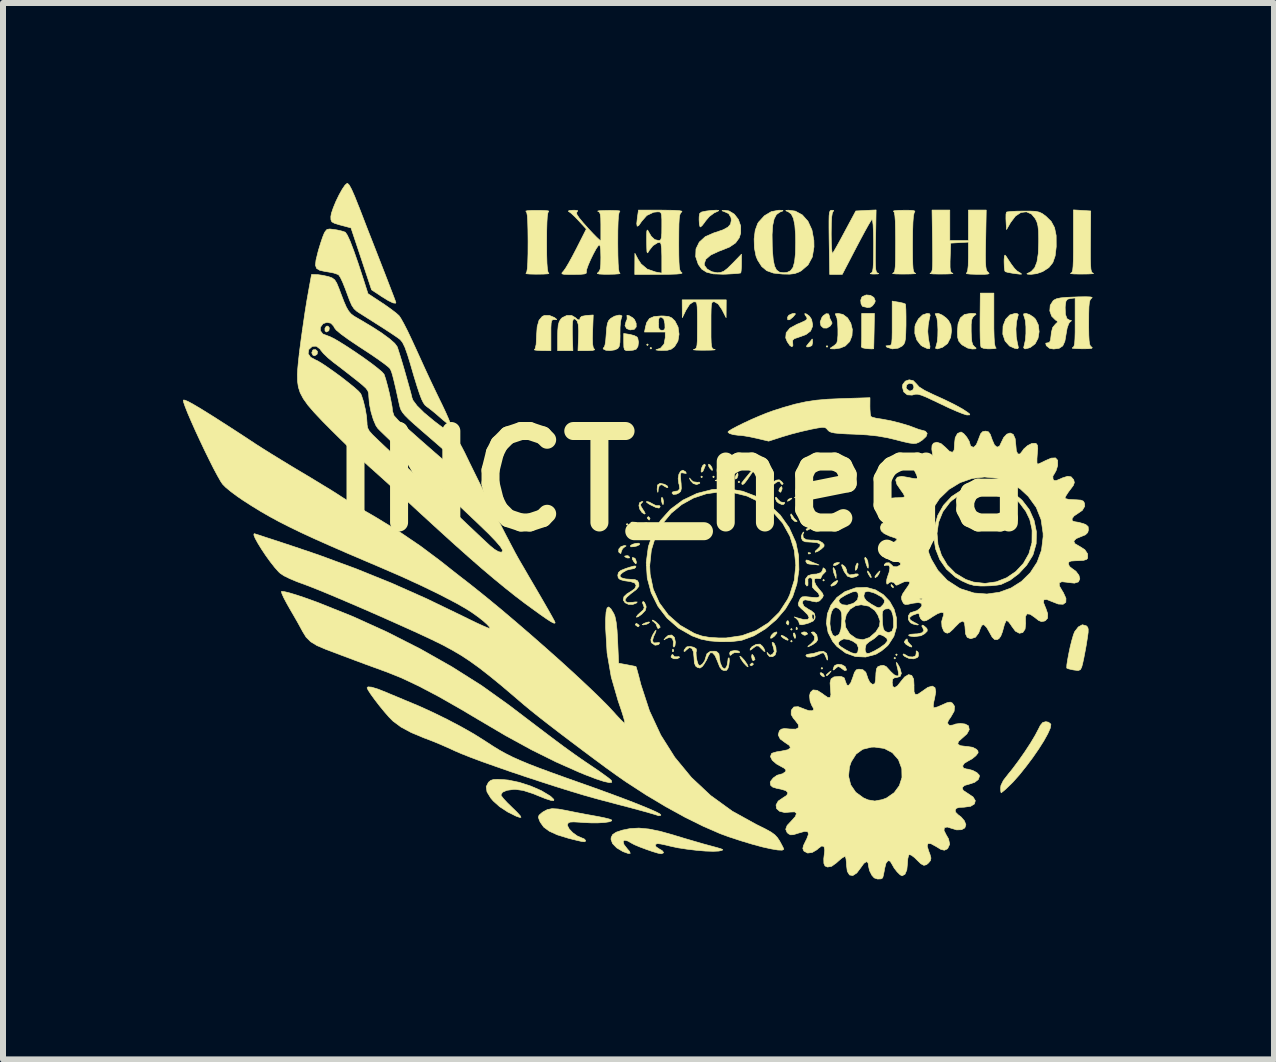
<source format=kicad_pcb>
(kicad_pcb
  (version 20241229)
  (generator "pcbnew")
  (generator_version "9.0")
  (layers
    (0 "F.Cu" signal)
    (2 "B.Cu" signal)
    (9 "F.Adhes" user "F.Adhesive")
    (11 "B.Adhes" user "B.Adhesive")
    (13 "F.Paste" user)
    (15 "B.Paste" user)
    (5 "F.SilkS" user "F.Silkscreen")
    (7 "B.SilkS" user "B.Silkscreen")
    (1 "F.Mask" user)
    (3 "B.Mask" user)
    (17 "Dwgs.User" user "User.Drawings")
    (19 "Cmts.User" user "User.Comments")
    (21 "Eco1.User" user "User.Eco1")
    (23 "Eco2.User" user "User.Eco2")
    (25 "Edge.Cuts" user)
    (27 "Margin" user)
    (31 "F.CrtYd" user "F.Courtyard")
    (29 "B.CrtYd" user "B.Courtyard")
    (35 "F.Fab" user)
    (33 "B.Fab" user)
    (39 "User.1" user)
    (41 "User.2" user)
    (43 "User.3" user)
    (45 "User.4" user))
  (footprint "INCT_nega"
    (layer "F.Cu")
    (at 6.773 4.966)
    (property "Reference" "INCT_nega" (at 1.543 0 0) (layer "F.SilkS") (effects (font (size 1.524 1.524) (thickness 0.3))))
    (attr through_hole)
    (fp_poly (pts (xy 0.611 0.72) (xy 0.626 0.734) (xy 0.64 0.72) (xy 0.626 0.706) (xy 0.611 0.72)) (stroke (width 0.01) (type solid)) (fill yes) (layer "F.SilkS"))
    (fp_poly (pts (xy 0.611 0.804) (xy 0.626 0.818) (xy 0.64 0.804) (xy 0.626 0.79) (xy 0.611 0.804)) (stroke (width 0.01) (type solid)) (fill yes) (layer "F.SilkS"))
    (fp_poly (pts (xy 0.809 0.945) (xy 0.823 0.96) (xy 0.837 0.945) (xy 0.823 0.931) (xy 0.809 0.945)) (stroke (width 0.01) (type solid)) (fill yes) (layer "F.SilkS"))
    (fp_poly (pts (xy 0.95 -2.272) (xy 0.964 -2.258) (xy 0.978 -2.272) (xy 0.964 -2.286) (xy 0.95 -2.272)) (stroke (width 0.01) (type solid)) (fill yes) (layer "F.SilkS"))
    (fp_poly (pts (xy 1.007 -2.215) (xy 1.021 -2.201) (xy 1.035 -2.215) (xy 1.021 -2.23) (xy 1.007 -2.215)) (stroke (width 0.01) (type solid)) (fill yes) (layer "F.SilkS"))
    (fp_poly (pts (xy 1.853 -0.071) (xy 1.867 -0.056) (xy 1.881 -0.071) (xy 1.867 -0.085) (xy 1.853 -0.071)) (stroke (width 0.01) (type solid)) (fill yes) (layer "F.SilkS"))
    (fp_poly (pts (xy 2.051 -0.071) (xy 2.065 -0.056) (xy 2.079 -0.071) (xy 2.065 -0.085) (xy 2.051 -0.071)) (stroke (width 0.01) (type solid)) (fill yes) (layer "F.SilkS"))
    (fp_poly (pts (xy 2.474 0.014) (xy 2.488 0.028) (xy 2.502 0.014) (xy 2.488 0) (xy 2.474 0.014)) (stroke (width 0.01) (type solid)) (fill yes) (layer "F.SilkS"))
    (fp_poly (pts (xy 3.349 2.469) (xy 3.363 2.484) (xy 3.377 2.469) (xy 3.363 2.455) (xy 3.349 2.469)) (stroke (width 0.01) (type solid)) (fill yes) (layer "F.SilkS"))
    (fp_poly (pts (xy 3.349 2.667) (xy 3.363 2.681) (xy 3.377 2.667) (xy 3.363 2.653) (xy 3.349 2.667)) (stroke (width 0.01) (type solid)) (fill yes) (layer "F.SilkS"))
    (fp_poly (pts (xy 3.857 3.119) (xy 3.871 3.133) (xy 3.885 3.119) (xy 3.871 3.104) (xy 3.857 3.119)) (stroke (width 0.01) (type solid)) (fill yes) (layer "F.SilkS"))
    (fp_poly (pts (xy 3.885 1.651) (xy 3.899 1.665) (xy 3.913 1.651) (xy 3.899 1.637) (xy 3.885 1.651)) (stroke (width 0.01) (type solid)) (fill yes) (layer "F.SilkS"))
    (fp_poly (pts (xy 3.942 -2.244) (xy 3.956 -2.23) (xy 3.97 -2.244) (xy 3.956 -2.258) (xy 3.942 -2.244)) (stroke (width 0.01) (type solid)) (fill yes) (layer "F.SilkS"))
    (fp_poly (pts (xy 5.071 2.949) (xy 5.085 2.963) (xy 5.099 2.949) (xy 5.085 2.935) (xy 5.071 2.949)) (stroke (width 0.01) (type solid)) (fill yes) (layer "F.SilkS"))
    (fp_poly (pts (xy 5.099 2.893) (xy 5.113 2.907) (xy 5.127 2.893) (xy 5.113 2.879) (xy 5.099 2.893)) (stroke (width 0.01) (type solid)) (fill yes) (layer "F.SilkS"))
    (fp_poly (pts (xy 0.734 0.884) (xy 0.738 0.901) (xy 0.753 0.903) (xy 0.776 0.893) (xy 0.771 0.884) (xy 0.738 0.881) (xy 0.734 0.884)) (stroke (width 0.01) (type solid)) (fill yes) (layer "F.SilkS"))
    (fp_poly (pts (xy 1.383 2.803) (xy 1.38 2.837) (xy 1.383 2.841) (xy 1.4 2.837) (xy 1.402 2.822) (xy 1.391 2.799) (xy 1.383 2.803)) (stroke (width 0.01) (type solid)) (fill yes) (layer "F.SilkS"))
    (fp_poly (pts (xy 3.443 2.437) (xy 3.44 2.47) (xy 3.443 2.474) (xy 3.46 2.47) (xy 3.462 2.455) (xy 3.452 2.432) (xy 3.443 2.437)) (stroke (width 0.01) (type solid)) (fill yes) (layer "F.SilkS"))
    (fp_poly (pts (xy 3.641 1.195) (xy 3.645 1.212) (xy 3.659 1.214) (xy 3.683 1.203) (xy 3.678 1.195) (xy 3.645 1.191) (xy 3.641 1.195)) (stroke (width 0.01) (type solid)) (fill yes) (layer "F.SilkS"))
    (fp_poly (pts (xy 0.92 0.698) (xy 0.883 0.72) (xy 0.882 0.737) (xy 0.918 0.761) (xy 0.954 0.735) (xy 0.959 0.723) (xy 0.956 0.695) (xy 0.92 0.698)) (stroke (width 0.01) (type solid)) (fill yes) (layer "F.SilkS"))
    (fp_poly (pts (xy 3.292 2.329) (xy 3.276 2.362) (xy 3.28 2.373) (xy 3.307 2.398) (xy 3.32 2.369) (xy 3.321 2.355) (xy 3.307 2.326) (xy 3.292 2.329)) (stroke (width 0.01) (type solid)) (fill yes) (layer "F.SilkS"))
    (fp_poly (pts (xy 3.313 0.303) (xy 3.307 0.31) (xy 3.297 0.336) (xy 3.323 0.326) (xy 3.349 0.31) (xy 3.371 0.288) (xy 3.358 0.283) (xy 3.313 0.303)) (stroke (width 0.01) (type solid)) (fill yes) (layer "F.SilkS"))
    (fp_poly (pts (xy 3.394 2.537) (xy 3.397 2.568) (xy 3.416 2.617) (xy 3.43 2.616) (xy 3.434 2.584) (xy 3.418 2.537) (xy 3.408 2.528) (xy 3.394 2.537)) (stroke (width 0.01) (type solid)) (fill yes) (layer "F.SilkS"))
    (fp_poly (pts (xy 3.647 0.779) (xy 3.607 0.802) (xy 3.614 0.817) (xy 3.63 0.818) (xy 3.668 0.798) (xy 3.673 0.791) (xy 3.669 0.775) (xy 3.647 0.779)) (stroke (width 0.01) (type solid)) (fill yes) (layer "F.SilkS"))
    (fp_poly (pts (xy 3.84 3.196) (xy 3.848 3.222) (xy 3.87 3.245) (xy 3.906 3.263) (xy 3.913 3.251) (xy 3.896 3.214) (xy 3.861 3.192) (xy 3.84 3.196)) (stroke (width 0.01) (type solid)) (fill yes) (layer "F.SilkS"))
    (fp_poly (pts (xy -4.386 -2.581) (xy -4.409 -2.546) (xy -4.408 -2.504) (xy -4.386 -2.484) (xy -4.347 -2.504) (xy -4.342 -2.512) (xy -4.336 -2.554) (xy -4.358 -2.583) (xy -4.386 -2.581)) (stroke (width 0.01) (type solid)) (fill yes) (layer "F.SilkS"))
    (fp_poly (pts (xy 0.588 1.248) (xy 0.583 1.253) (xy 0.605 1.271) (xy 0.626 1.28) (xy 0.662 1.281) (xy 0.668 1.269) (xy 0.645 1.245) (xy 0.626 1.242) (xy 0.588 1.248)) (stroke (width 0.01) (type solid)) (fill yes) (layer "F.SilkS"))
    (fp_poly (pts (xy 0.689 0.687) (xy 0.688 0.696) (xy 0.732 0.7) (xy 0.738 0.7) (xy 0.782 0.696) (xy 0.778 0.687) (xy 0.773 0.686) (xy 0.712 0.682) (xy 0.689 0.687)) (stroke (width 0.01) (type solid)) (fill yes) (layer "F.SilkS"))
    (fp_poly (pts (xy 0.712 1.299) (xy 0.738 1.343) (xy 0.768 1.378) (xy 0.779 1.368) (xy 0.78 1.349) (xy 0.765 1.298) (xy 0.751 1.283) (xy 0.714 1.272) (xy 0.712 1.299)) (stroke (width 0.01) (type solid)) (fill yes) (layer "F.SilkS"))
    (fp_poly (pts (xy 0.762 2.388) (xy 0.767 2.399) (xy 0.804 2.426) (xy 0.812 2.427) (xy 0.828 2.41) (xy 0.823 2.399) (xy 0.786 2.372) (xy 0.777 2.371) (xy 0.762 2.388)) (stroke (width 0.01) (type solid)) (fill yes) (layer "F.SilkS"))
    (fp_poly (pts (xy 0.927 2.363) (xy 0.908 2.371) (xy 0.876 2.39) (xy 0.894 2.396) (xy 0.954 2.383) (xy 0.978 2.371) (xy 1.001 2.35) (xy 0.98 2.347) (xy 0.927 2.363)) (stroke (width 0.01) (type solid)) (fill yes) (layer "F.SilkS"))
    (fp_poly (pts (xy 0.96 0.61) (xy 0.964 0.621) (xy 0.99 0.648) (xy 0.994 0.649) (xy 1.006 0.627) (xy 1.007 0.621) (xy 0.985 0.594) (xy 0.977 0.593) (xy 0.96 0.61)) (stroke (width 0.01) (type solid)) (fill yes) (layer "F.SilkS"))
    (fp_poly (pts (xy 1.195 0.282) (xy 1.197 0.325) (xy 1.213 0.383) (xy 1.227 0.389) (xy 1.232 0.343) (xy 1.232 0.34) (xy 1.221 0.288) (xy 1.208 0.271) (xy 1.195 0.282)) (stroke (width 0.01) (type solid)) (fill yes) (layer "F.SilkS"))
    (fp_poly (pts (xy 1.982 -0.279) (xy 1.985 -0.248) (xy 2.008 -0.21) (xy 2.039 -0.179) (xy 2.049 -0.183) (xy 2.038 -0.228) (xy 2.011 -0.268) (xy 1.985 -0.282) (xy 1.982 -0.279)) (stroke (width 0.01) (type solid)) (fill yes) (layer "F.SilkS"))
    (fp_poly (pts (xy 2.449 -0.114) (xy 2.442 -0.104) (xy 2.424 -0.057) (xy 2.431 -0.034) (xy 2.455 -0.047) (xy 2.472 -0.089) (xy 2.473 -0.111) (xy 2.468 -0.137) (xy 2.449 -0.114)) (stroke (width 0.01) (type solid)) (fill yes) (layer "F.SilkS"))
    (fp_poly (pts (xy 2.7 3.034) (xy 2.673 3.059) (xy 2.672 3.064) (xy 2.694 3.076) (xy 2.7 3.076) (xy 2.727 3.055) (xy 2.728 3.046) (xy 2.711 3.029) (xy 2.7 3.034)) (stroke (width 0.01) (type solid)) (fill yes) (layer "F.SilkS"))
    (fp_poly (pts (xy 3.177 0.105) (xy 3.154 0.151) (xy 3.156 0.169) (xy 3.178 0.186) (xy 3.187 0.181) (xy 3.206 0.136) (xy 3.208 0.117) (xy 3.199 0.09) (xy 3.177 0.105)) (stroke (width 0.01) (type solid)) (fill yes) (layer "F.SilkS"))
    (fp_poly (pts (xy 3.191 2.583) (xy 3.22 2.611) (xy 3.274 2.643) (xy 3.305 2.652) (xy 3.309 2.638) (xy 3.28 2.61) (xy 3.226 2.578) (xy 3.195 2.569) (xy 3.191 2.583)) (stroke (width 0.01) (type solid)) (fill yes) (layer "F.SilkS"))
    (fp_poly (pts (xy 3.534 2.523) (xy 3.532 2.54) (xy 3.573 2.566) (xy 3.591 2.568) (xy 3.627 2.552) (xy 3.631 2.54) (xy 3.608 2.517) (xy 3.573 2.512) (xy 3.534 2.523)) (stroke (width 0.01) (type solid)) (fill yes) (layer "F.SilkS"))
    (fp_poly (pts (xy 4.012 3.17) (xy 3.991 3.186) (xy 3.952 3.22) (xy 3.942 3.235) (xy 3.955 3.243) (xy 3.993 3.207) (xy 4.002 3.196) (xy 4.026 3.163) (xy 4.012 3.17)) (stroke (width 0.01) (type solid)) (fill yes) (layer "F.SilkS"))
    (fp_poly (pts (xy 4.083 1.369) (xy 4.069 1.383) (xy 4.066 1.408) (xy 4.1 1.404) (xy 4.139 1.383) (xy 4.166 1.361) (xy 4.14 1.355) (xy 4.134 1.355) (xy 4.083 1.369)) (stroke (width 0.01) (type solid)) (fill yes) (layer "F.SilkS"))
    (fp_poly (pts (xy 4.451 1.376) (xy 4.436 1.411) (xy 4.426 1.465) (xy 4.43 1.486) (xy 4.448 1.475) (xy 4.464 1.439) (xy 4.474 1.386) (xy 4.469 1.365) (xy 4.451 1.376)) (stroke (width 0.01) (type solid)) (fill yes) (layer "F.SilkS"))
    (fp_poly (pts (xy 4.631 1.517) (xy 4.647 1.552) (xy 4.676 1.597) (xy 4.692 1.609) (xy 4.691 1.588) (xy 4.675 1.552) (xy 4.646 1.508) (xy 4.631 1.496) (xy 4.631 1.517)) (stroke (width 0.01) (type solid)) (fill yes) (layer "F.SilkS"))
    (fp_poly (pts (xy 4.815 1.515) (xy 4.781 1.552) (xy 4.754 1.593) (xy 4.759 1.609) (xy 4.793 1.587) (xy 4.817 1.552) (xy 4.837 1.508) (xy 4.838 1.496) (xy 4.815 1.515)) (stroke (width 0.01) (type solid)) (fill yes) (layer "F.SilkS"))
    (fp_poly (pts (xy 5.023 1.74) (xy 5.028 1.75) (xy 5.055 1.777) (xy 5.06 1.778) (xy 5.062 1.76) (xy 5.056 1.75) (xy 5.03 1.723) (xy 5.025 1.722) (xy 5.023 1.74)) (stroke (width 0.01) (type solid)) (fill yes) (layer "F.SilkS"))
    (fp_poly (pts (xy -4.605 -2.188) (xy -4.613 -2.181) (xy -4.629 -2.137) (xy -4.608 -2.097) (xy -4.581 -2.088) (xy -4.545 -2.109) (xy -4.538 -2.119) (xy -4.534 -2.162) (xy -4.564 -2.191) (xy -4.605 -2.188)) (stroke (width 0.01) (type solid)) (fill yes) (layer "F.SilkS"))
    (fp_poly (pts (xy 0.765 1.038) (xy 0.712 1.054) (xy 0.68 1.076) (xy 0.686 1.095) (xy 0.741 1.092) (xy 0.788 1.081) (xy 0.83 1.06) (xy 0.837 1.046) (xy 0.815 1.034) (xy 0.765 1.038)) (stroke (width 0.01) (type solid)) (fill yes) (layer "F.SilkS"))
    (fp_poly (pts (xy 2.701 2.913) (xy 2.7 2.928) (xy 2.711 2.978) (xy 2.728 2.992) (xy 2.755 2.975) (xy 2.756 2.97) (xy 2.742 2.931) (xy 2.728 2.907) (xy 2.708 2.885) (xy 2.701 2.913)) (stroke (width 0.01) (type solid)) (fill yes) (layer "F.SilkS"))
    (fp_poly (pts (xy 3.377 -2.79) (xy 3.32 -2.764) (xy 3.298 -2.731) (xy 3.302 -2.688) (xy 3.334 -2.689) (xy 3.387 -2.733) (xy 3.394 -2.74) (xy 3.429 -2.782) (xy 3.423 -2.795) (xy 3.377 -2.79)) (stroke (width 0.01) (type solid)) (fill yes) (layer "F.SilkS"))
    (fp_poly (pts (xy 3.687 -2.34) (xy 3.649 -2.295) (xy 3.615 -2.251) (xy 3.619 -2.236) (xy 3.656 -2.237) (xy 3.704 -2.258) (xy 3.716 -2.311) (xy 3.713 -2.359) (xy 3.709 -2.368) (xy 3.687 -2.34)) (stroke (width 0.01) (type solid)) (fill yes) (layer "F.SilkS"))
    (fp_poly (pts (xy 4.057 1.46) (xy 4.057 1.468) (xy 4.069 1.528) (xy 4.083 1.566) (xy 4.107 1.623) (xy 4.109 1.566) (xy 4.097 1.497) (xy 4.083 1.468) (xy 4.061 1.439) (xy 4.057 1.46)) (stroke (width 0.01) (type solid)) (fill yes) (layer "F.SilkS"))
    (fp_poly (pts (xy 4.08 1.68) (xy 4.059 1.696) (xy 4.019 1.735) (xy 4.029 1.75) (xy 4.034 1.75) (xy 4.086 1.73) (xy 4.112 1.707) (xy 4.138 1.664) (xy 4.125 1.655) (xy 4.08 1.68)) (stroke (width 0.01) (type solid)) (fill yes) (layer "F.SilkS"))
    (fp_poly (pts (xy 1.885 -0.259) (xy 1.863 -0.209) (xy 1.858 -0.161) (xy 1.864 -0.149) (xy 1.885 -0.158) (xy 1.899 -0.186) (xy 1.921 -0.241) (xy 1.93 -0.261) (xy 1.921 -0.281) (xy 1.913 -0.282) (xy 1.885 -0.259)) (stroke (width 0.01) (type solid)) (fill yes) (layer "F.SilkS"))
    (fp_poly (pts (xy 3.065 2.531) (xy 3.026 2.572) (xy 3.014 2.613) (xy 3.015 2.617) (xy 3.038 2.615) (xy 3.083 2.58) (xy 3.087 2.575) (xy 3.123 2.529) (xy 3.114 2.512) (xy 3.112 2.512) (xy 3.065 2.531)) (stroke (width 0.01) (type solid)) (fill yes) (layer "F.SilkS"))
    (fp_poly (pts (xy 3.35 0.561) (xy 3.35 0.566) (xy 3.369 0.625) (xy 3.416 0.669) (xy 3.446 0.677) (xy 3.459 0.667) (xy 3.445 0.656) (xy 3.407 0.616) (xy 3.383 0.579) (xy 3.358 0.545) (xy 3.35 0.561)) (stroke (width 0.01) (type solid)) (fill yes) (layer "F.SilkS"))
    (fp_poly (pts (xy 3.428 0.263) (xy 3.414 0.276) (xy 3.439 0.28) (xy 3.484 0.306) (xy 3.496 0.332) (xy 3.511 0.361) (xy 3.526 0.349) (xy 3.525 0.309) (xy 3.49 0.273) (xy 3.442 0.26) (xy 3.428 0.263)) (stroke (width 0.01) (type solid)) (fill yes) (layer "F.SilkS"))
    (fp_poly (pts (xy 4.584 1.283) (xy 4.594 1.337) (xy 4.609 1.383) (xy 4.631 1.442) (xy 4.642 1.45) (xy 4.645 1.412) (xy 4.645 1.411) (xy 4.636 1.339) (xy 4.62 1.299) (xy 4.593 1.268) (xy 4.584 1.283)) (stroke (width 0.01) (type solid)) (fill yes) (layer "F.SilkS"))
    (fp_poly (pts (xy 0.523 1.091) (xy 0.487 1.132) (xy 0.485 1.178) (xy 0.494 1.192) (xy 0.521 1.207) (xy 0.527 1.178) (xy 0.549 1.127) (xy 0.576 1.103) (xy 0.609 1.08) (xy 0.592 1.074) (xy 0.58 1.073) (xy 0.523 1.091)) (stroke (width 0.01) (type solid)) (fill yes) (layer "F.SilkS"))
    (fp_poly (pts (xy 1.373 2.893) (xy 1.357 2.927) (xy 1.361 2.937) (xy 1.402 2.96) (xy 1.459 2.96) (xy 1.499 2.938) (xy 1.49 2.923) (xy 1.458 2.927) (xy 1.412 2.926) (xy 1.402 2.909) (xy 1.385 2.889) (xy 1.373 2.893)) (stroke (width 0.01) (type solid)) (fill yes) (layer "F.SilkS"))
    (fp_poly (pts (xy 1.667 -0.041) (xy 1.683 -0.007) (xy 1.727 0.04) (xy 1.784 0.057) (xy 1.832 0.039) (xy 1.838 0.031) (xy 1.828 0.017) (xy 1.796 0.02) (xy 1.728 0.011) (xy 1.695 -0.018) (xy 1.666 -0.052) (xy 1.667 -0.041)) (stroke (width 0.01) (type solid)) (fill yes) (layer "F.SilkS"))
    (fp_poly (pts (xy 2.815 -0.01) (xy 2.785 0.047) (xy 2.796 0.109) (xy 2.84 0.153) (xy 2.869 0.16) (xy 2.905 0.16) (xy 2.892 0.152) (xy 2.842 0.112) (xy 2.819 0.047) (xy 2.829 -0.007) (xy 2.837 -0.028) (xy 2.815 -0.01)) (stroke (width 0.01) (type solid)) (fill yes) (layer "F.SilkS"))
    (fp_poly (pts (xy 5.261 2.649) (xy 5.243 2.683) (xy 5.272 2.719) (xy 5.281 2.725) (xy 5.335 2.757) (xy 5.365 2.765) (xy 5.37 2.751) (xy 5.346 2.726) (xy 5.306 2.68) (xy 5.296 2.651) (xy 5.289 2.628) (xy 5.261 2.649)) (stroke (width 0.01) (type solid)) (fill yes) (layer "F.SilkS"))
    (fp_poly (pts (xy 1.045 2.327) (xy 1.07 2.345) (xy 1.111 2.387) (xy 1.119 2.414) (xy 1.135 2.451) (xy 1.148 2.455) (xy 1.175 2.437) (xy 1.176 2.431) (xy 1.155 2.394) (xy 1.109 2.349) (xy 1.062 2.318) (xy 1.047 2.315) (xy 1.045 2.327)) (stroke (width 0.01) (type solid)) (fill yes) (layer "F.SilkS"))
    (fp_poly (pts (xy 2.35 2.835) (xy 2.333 2.865) (xy 2.342 2.904) (xy 2.368 2.889) (xy 2.377 2.876) (xy 2.416 2.857) (xy 2.449 2.859) (xy 2.492 2.86) (xy 2.502 2.848) (xy 2.478 2.83) (xy 2.419 2.822) (xy 2.418 2.822) (xy 2.35 2.835)) (stroke (width 0.01) (type solid)) (fill yes) (layer "F.SilkS"))
    (fp_poly (pts (xy 2.503 2.921) (xy 2.519 2.959) (xy 2.56 3.019) (xy 2.572 3.034) (xy 2.615 3.08) (xy 2.64 3.095) (xy 2.641 3.09) (xy 2.625 3.052) (xy 2.584 2.992) (xy 2.572 2.977) (xy 2.529 2.931) (xy 2.505 2.917) (xy 2.503 2.921)) (stroke (width 0.01) (type solid)) (fill yes) (layer "F.SilkS"))
    (fp_poly (pts (xy 3.096 0.274) (xy 3.095 0.289) (xy 3.118 0.34) (xy 3.15 0.366) (xy 3.205 0.391) (xy 3.235 0.387) (xy 3.25 0.367) (xy 3.246 0.351) (xy 3.226 0.355) (xy 3.181 0.346) (xy 3.14 0.306) (xy 3.108 0.267) (xy 3.096 0.274)) (stroke (width 0.01) (type solid)) (fill yes) (layer "F.SilkS"))
    (fp_poly (pts (xy 3.603 1.339) (xy 3.627 1.375) (xy 3.667 1.383) (xy 3.747 1.389) (xy 3.801 1.397) (xy 3.823 1.398) (xy 3.796 1.384) (xy 3.772 1.375) (xy 3.697 1.346) (xy 3.643 1.32) (xy 3.638 1.318) (xy 3.608 1.315) (xy 3.603 1.339)) (stroke (width 0.01) (type solid)) (fill yes) (layer "F.SilkS"))
    (fp_poly (pts (xy 0.834 0.359) (xy 0.822 0.407) (xy 0.836 0.467) (xy 0.873 0.522) (xy 0.914 0.549) (xy 0.928 0.541) (xy 0.905 0.496) (xy 0.891 0.477) (xy 0.854 0.416) (xy 0.851 0.382) (xy 0.869 0.364) (xy 0.889 0.343) (xy 0.874 0.339) (xy 0.834 0.359)) (stroke (width 0.01) (type solid)) (fill yes) (layer "F.SilkS"))
    (fp_poly (pts (xy 0.947 0.35) (xy 0.984 0.378) (xy 1.014 0.395) (xy 1.105 0.439) (xy 1.157 0.449) (xy 1.176 0.427) (xy 1.176 0.422) (xy 1.159 0.405) (xy 1.148 0.409) (xy 1.106 0.408) (xy 1.057 0.383) (xy 0.994 0.349) (xy 0.951 0.339) (xy 0.947 0.35)) (stroke (width 0.01) (type solid)) (fill yes) (layer "F.SilkS"))
    (fp_poly (pts (xy 3.576 0.607) (xy 3.547 0.624) (xy 3.53 0.642) (xy 3.559 0.644) (xy 3.595 0.638) (xy 3.662 0.635) (xy 3.701 0.649) (xy 3.702 0.65) (xy 3.74 0.676) (xy 3.748 0.677) (xy 3.754 0.662) (xy 3.734 0.635) (xy 3.66 0.597) (xy 3.576 0.607)) (stroke (width 0.01) (type solid)) (fill yes) (layer "F.SilkS"))
    (fp_poly (pts (xy 3.892 -2.754) (xy 3.87 -2.725) (xy 3.842 -2.65) (xy 3.855 -2.589) (xy 3.897 -2.551) (xy 3.955 -2.55) (xy 4.012 -2.586) (xy 4.041 -2.633) (xy 4.028 -2.662) (xy 4.002 -2.715) (xy 3.998 -2.743) (xy 3.982 -2.786) (xy 3.941 -2.789) (xy 3.892 -2.754)) (stroke (width 0.01) (type solid)) (fill yes) (layer "F.SilkS"))
    (fp_poly (pts (xy 0.623 -2.742) (xy 0.625 -2.739) (xy 0.625 -2.696) (xy 0.607 -2.656) (xy 0.59 -2.591) (xy 0.617 -2.542) (xy 0.675 -2.519) (xy 0.746 -2.53) (xy 0.777 -2.569) (xy 0.776 -2.63) (xy 0.748 -2.692) (xy 0.718 -2.722) (xy 0.658 -2.757) (xy 0.623 -2.764) (xy 0.623 -2.742)) (stroke (width 0.01) (type solid)) (fill yes) (layer "F.SilkS"))
    (fp_poly (pts (xy 4.086 3.071) (xy 4.072 3.093) (xy 4.056 3.144) (xy 4.069 3.147) (xy 4.1 3.119) (xy 4.14 3.089) (xy 4.176 3.102) (xy 4.194 3.117) (xy 4.249 3.156) (xy 4.278 3.152) (xy 4.28 3.138) (xy 4.257 3.089) (xy 4.203 3.059) (xy 4.139 3.051) (xy 4.086 3.071)) (stroke (width 0.01) (type solid)) (fill yes) (layer "F.SilkS"))
    (fp_poly (pts (xy 0.569 -2.317) (xy 0.571 -2.232) (xy 0.582 -2.19) (xy 0.61 -2.175) (xy 0.654 -2.174) (xy 0.728 -2.182) (xy 0.777 -2.199) (xy 0.806 -2.245) (xy 0.815 -2.315) (xy 0.803 -2.381) (xy 0.789 -2.402) (xy 0.744 -2.425) (xy 0.672 -2.444) (xy 0.665 -2.445) (xy 0.569 -2.46) (xy 0.569 -2.317)) (stroke (width 0.01) (type solid)) (fill yes) (layer "F.SilkS"))
    (fp_poly (pts (xy 1.132 0.065) (xy 1.126 0.136) (xy 1.127 0.145) (xy 1.137 0.187) (xy 1.141 0.176) (xy 1.144 0.134) (xy 1.163 0.072) (xy 1.206 0.059) (xy 1.254 0.09) (xy 1.292 0.11) (xy 1.306 0.105) (xy 1.297 0.082) (xy 1.25 0.053) (xy 1.249 0.053) (xy 1.175 0.036) (xy 1.132 0.065)) (stroke (width 0.01) (type solid)) (fill yes) (layer "F.SilkS"))
    (fp_poly (pts (xy 3.693 2.521) (xy 3.704 2.533) (xy 3.75 2.59) (xy 3.742 2.654) (xy 3.693 2.707) (xy 3.641 2.749) (xy 3.637 2.762) (xy 3.679 2.744) (xy 3.723 2.721) (xy 3.778 2.68) (xy 3.801 2.641) (xy 3.801 2.64) (xy 3.785 2.562) (xy 3.744 2.517) (xy 3.72 2.512) (xy 3.693 2.521)) (stroke (width 0.01) (type solid)) (fill yes) (layer "F.SilkS"))
    (fp_poly (pts (xy 4.547 -3.075) (xy 4.535 -3.063) (xy 4.518 -3.014) (xy 4.523 -2.956) (xy 4.545 -2.914) (xy 4.562 -2.907) (xy 4.608 -2.898) (xy 4.627 -2.891) (xy 4.677 -2.897) (xy 4.714 -2.921) (xy 4.751 -2.972) (xy 4.76 -3.002) (xy 4.737 -3.06) (xy 4.68 -3.095) (xy 4.61 -3.102) (xy 4.547 -3.075)) (stroke (width 0.01) (type solid)) (fill yes) (layer "F.SilkS"))
    (fp_poly (pts (xy 0.88 2.024) (xy 0.896 2.064) (xy 0.911 2.109) (xy 0.892 2.148) (xy 0.847 2.188) (xy 0.798 2.234) (xy 0.78 2.264) (xy 0.781 2.267) (xy 0.809 2.26) (xy 0.861 2.224) (xy 0.875 2.212) (xy 0.93 2.153) (xy 0.943 2.097) (xy 0.938 2.073) (xy 0.915 2.021) (xy 0.892 2.004) (xy 0.88 2.024)) (stroke (width 0.01) (type solid)) (fill yes) (layer "F.SilkS"))
    (fp_poly (pts (xy 1.312 2.57) (xy 1.271 2.604) (xy 1.24 2.643) (xy 1.246 2.644) (xy 1.267 2.628) (xy 1.331 2.602) (xy 1.379 2.62) (xy 1.397 2.676) (xy 1.395 2.696) (xy 1.393 2.748) (xy 1.406 2.766) (xy 1.423 2.741) (xy 1.43 2.682) (xy 1.43 2.682) (xy 1.413 2.603) (xy 1.369 2.564) (xy 1.312 2.57)) (stroke (width 0.01) (type solid)) (fill yes) (layer "F.SilkS"))
    (fp_poly (pts (xy 3.116 -0.017) (xy 3.08 0.001) (xy 3.016 0.047) (xy 2.979 0.091) (xy 2.961 0.129) (xy 2.968 0.134) (xy 3.008 0.103) (xy 3.047 0.07) (xy 3.12 0.015) (xy 3.166 0.002) (xy 3.18 0.028) (xy 3.202 0.055) (xy 3.214 0.056) (xy 3.226 0.042) (xy 3.201 0.009) (xy 3.16 -0.022) (xy 3.116 -0.017)) (stroke (width 0.01) (type solid)) (fill yes) (layer "F.SilkS"))
    (fp_poly (pts (xy 4.199 1.404) (xy 4.221 1.46) (xy 4.243 1.509) (xy 4.298 1.585) (xy 4.368 1.608) (xy 4.443 1.59) (xy 4.479 1.565) (xy 4.47 1.547) (xy 4.428 1.546) (xy 4.403 1.554) (xy 4.33 1.563) (xy 4.289 1.526) (xy 4.281 1.478) (xy 4.261 1.435) (xy 4.238 1.411) (xy 4.205 1.389) (xy 4.199 1.404)) (stroke (width 0.01) (type solid)) (fill yes) (layer "F.SilkS"))
    (fp_poly (pts (xy 5.442 2.865) (xy 5.433 2.911) (xy 5.385 2.93) (xy 5.32 2.926) (xy 5.287 2.909) (xy 5.242 2.882) (xy 5.227 2.88) (xy 5.223 2.894) (xy 5.252 2.922) (xy 5.324 2.955) (xy 5.4 2.961) (xy 5.46 2.94) (xy 5.478 2.916) (xy 5.478 2.861) (xy 5.464 2.839) (xy 5.442 2.828) (xy 5.442 2.865)) (stroke (width 0.01) (type solid)) (fill yes) (layer "F.SilkS"))
    (fp_poly (pts (xy 2.785 2.719) (xy 2.766 2.725) (xy 2.706 2.759) (xy 2.677 2.794) (xy 2.675 2.817) (xy 2.703 2.801) (xy 2.719 2.787) (xy 2.775 2.746) (xy 2.817 2.748) (xy 2.866 2.796) (xy 2.871 2.801) (xy 2.908 2.837) (xy 2.924 2.837) (xy 2.924 2.836) (xy 2.908 2.794) (xy 2.882 2.753) (xy 2.84 2.716) (xy 2.785 2.719)) (stroke (width 0.01) (type solid)) (fill yes) (layer "F.SilkS"))
    (fp_poly (pts (xy 3.044 2.714) (xy 3.065 2.776) (xy 3.077 2.84) (xy 3.049 2.882) (xy 3.009 2.902) (xy 2.978 2.877) (xy 2.957 2.851) (xy 2.96 2.874) (xy 2.961 2.879) (xy 2.996 2.922) (xy 3.05 2.925) (xy 3.092 2.897) (xy 3.11 2.841) (xy 3.104 2.767) (xy 3.078 2.707) (xy 3.064 2.693) (xy 3.042 2.687) (xy 3.044 2.714)) (stroke (width 0.01) (type solid)) (fill yes) (layer "F.SilkS"))
    (fp_poly (pts (xy 1.086 2.506) (xy 1.053 2.561) (xy 1.048 2.57) (xy 1.021 2.639) (xy 1.027 2.684) (xy 1.036 2.697) (xy 1.091 2.734) (xy 1.144 2.726) (xy 1.164 2.706) (xy 1.161 2.687) (xy 1.125 2.693) (xy 1.068 2.696) (xy 1.048 2.66) (xy 1.067 2.589) (xy 1.077 2.569) (xy 1.103 2.512) (xy 1.108 2.484) (xy 1.107 2.484) (xy 1.086 2.506)) (stroke (width 0.01) (type solid)) (fill yes) (layer "F.SilkS"))
    (fp_poly (pts (xy 2.313 -0.286) (xy 2.277 -0.24) (xy 2.249 -0.17) (xy 2.206 -0.079) (xy 2.154 -0.032) (xy 2.135 -0.025) (xy 2.093 -0.012) (xy 2.1 -0.006) (xy 2.157 -0.003) (xy 2.224 -0.01) (xy 2.248 -0.039) (xy 2.248 -0.045) (xy 2.263 -0.115) (xy 2.299 -0.193) (xy 2.344 -0.26) (xy 2.385 -0.293) (xy 2.397 -0.301) (xy 2.362 -0.302) (xy 2.313 -0.286)) (stroke (width 0.01) (type solid)) (fill yes) (layer "F.SilkS"))
    (fp_poly (pts (xy 4.64 -2.794) (xy 4.534 -2.794) (xy 4.534 -2.526) (xy 4.534 -2.408) (xy 4.532 -2.311) (xy 4.529 -2.25) (xy 4.527 -2.237) (xy 4.547 -2.221) (xy 4.606 -2.209) (xy 4.626 -2.207) (xy 4.695 -2.203) (xy 4.732 -2.205) (xy 4.734 -2.207) (xy 4.735 -2.237) (xy 4.737 -2.311) (xy 4.739 -2.417) (xy 4.741 -2.505) (xy 4.746 -2.794) (xy 4.64 -2.794)) (stroke (width 0.01) (type solid)) (fill yes) (layer "F.SilkS"))
    (fp_poly (pts (xy 5.535 2.416) (xy 5.551 2.442) (xy 5.57 2.492) (xy 5.539 2.527) (xy 5.46 2.545) (xy 5.426 2.546) (xy 5.347 2.552) (xy 5.314 2.566) (xy 5.331 2.581) (xy 5.4 2.591) (xy 5.408 2.592) (xy 5.522 2.576) (xy 5.582 2.543) (xy 5.625 2.5) (xy 5.625 2.467) (xy 5.609 2.444) (xy 5.566 2.407) (xy 5.543 2.399) (xy 5.535 2.416)) (stroke (width 0.01) (type solid)) (fill yes) (layer "F.SilkS"))
    (fp_poly (pts (xy 3.818 2.844) (xy 3.813 2.846) (xy 3.731 2.871) (xy 3.672 2.879) (xy 3.62 2.888) (xy 3.603 2.907) (xy 3.626 2.93) (xy 3.684 2.932) (xy 3.76 2.914) (xy 3.812 2.892) (xy 3.873 2.863) (xy 3.904 2.866) (xy 3.927 2.908) (xy 3.939 2.936) (xy 3.959 2.982) (xy 3.966 2.977) (xy 3.968 2.946) (xy 3.949 2.871) (xy 3.895 2.835) (xy 3.818 2.844)) (stroke (width 0.01) (type solid)) (fill yes) (layer "F.SilkS"))
    (fp_poly (pts (xy 6.912 -3.751) (xy 6.907 -3.691) (xy 6.907 -3.649) (xy 6.91 -3.564) (xy 6.918 -3.505) (xy 6.926 -3.49) (xy 6.964 -3.479) (xy 7.039 -3.465) (xy 7.088 -3.458) (xy 7.168 -3.448) (xy 7.198 -3.449) (xy 7.186 -3.462) (xy 7.16 -3.477) (xy 7.12 -3.503) (xy 7.08 -3.543) (xy 7.031 -3.607) (xy 6.966 -3.705) (xy 6.942 -3.743) (xy 6.922 -3.766) (xy 6.912 -3.751)) (stroke (width 0.01) (type solid)) (fill yes) (layer "F.SilkS"))
    (fp_poly (pts (xy 7.001 -2.768) (xy 6.932 -2.696) (xy 6.891 -2.59) (xy 6.889 -2.584) (xy 6.885 -2.448) (xy 6.923 -2.334) (xy 6.997 -2.251) (xy 7.08 -2.214) (xy 7.13 -2.205) (xy 7.145 -2.221) (xy 7.134 -2.275) (xy 7.13 -2.29) (xy 7.109 -2.405) (xy 7.104 -2.536) (xy 7.114 -2.656) (xy 7.13 -2.722) (xy 7.144 -2.774) (xy 7.124 -2.792) (xy 7.088 -2.794) (xy 7.001 -2.768)) (stroke (width 0.01) (type solid)) (fill yes) (layer "F.SilkS"))
    (fp_poly (pts (xy 2.031 -4.51) (xy 1.939 -4.499) (xy 1.931 -4.497) (xy 1.865 -4.483) (xy 1.834 -4.458) (xy 1.826 -4.404) (xy 1.825 -4.357) (xy 1.829 -4.282) (xy 1.84 -4.239) (xy 1.846 -4.234) (xy 1.873 -4.255) (xy 1.916 -4.31) (xy 1.932 -4.334) (xy 1.997 -4.41) (xy 2.073 -4.467) (xy 2.088 -4.474) (xy 2.144 -4.5) (xy 2.152 -4.511) (xy 2.113 -4.514) (xy 2.107 -4.514) (xy 2.031 -4.51)) (stroke (width 0.01) (type solid)) (fill yes) (layer "F.SilkS"))
    (fp_poly (pts (xy 2.722 -0.191) (xy 2.68 -0.15) (xy 2.624 -0.081) (xy 2.575 -0.023) (xy 2.574 -0.021) (xy 2.535 0.031) (xy 2.54 0.054) (xy 2.555 0.056) (xy 2.582 0.035) (xy 2.626 -0.022) (xy 2.659 -0.071) (xy 2.717 -0.154) (xy 2.756 -0.19) (xy 2.786 -0.182) (xy 2.812 -0.134) (xy 2.831 -0.09) (xy 2.838 -0.097) (xy 2.839 -0.131) (xy 2.823 -0.192) (xy 2.78 -0.212) (xy 2.722 -0.191)) (stroke (width 0.01) (type solid)) (fill yes) (layer "F.SilkS"))
    (fp_poly (pts (xy 6.508 -2.928) (xy 6.506 -2.699) (xy 6.506 -2.521) (xy 6.508 -2.389) (xy 6.512 -2.3) (xy 6.518 -2.248) (xy 6.524 -2.23) (xy 6.56 -2.214) (xy 6.632 -2.204) (xy 6.674 -2.204) (xy 6.743 -2.207) (xy 6.775 -2.215) (xy 6.771 -2.22) (xy 6.757 -2.242) (xy 6.746 -2.299) (xy 6.74 -2.396) (xy 6.736 -2.54) (xy 6.736 -2.683) (xy 6.736 -3.133) (xy 6.51 -3.133) (xy 6.508 -2.928)) (stroke (width 0.01) (type solid)) (fill yes) (layer "F.SilkS"))
    (fp_poly (pts (xy 5.549 -2.769) (xy 5.48 -2.703) (xy 5.431 -2.613) (xy 5.421 -2.576) (xy 5.419 -2.461) (xy 5.453 -2.351) (xy 5.517 -2.267) (xy 5.551 -2.243) (xy 5.629 -2.208) (xy 5.667 -2.208) (xy 5.672 -2.246) (xy 5.661 -2.293) (xy 5.644 -2.385) (xy 5.635 -2.488) (xy 5.635 -2.498) (xy 5.642 -2.599) (xy 5.659 -2.694) (xy 5.661 -2.702) (xy 5.675 -2.764) (xy 5.664 -2.789) (xy 5.624 -2.794) (xy 5.549 -2.769)) (stroke (width 0.01) (type solid)) (fill yes) (layer "F.SilkS"))
    (fp_poly (pts (xy 7.231 -2.786) (xy 7.236 -2.752) (xy 7.243 -2.739) (xy 7.261 -2.674) (xy 7.27 -2.573) (xy 7.27 -2.459) (xy 7.262 -2.352) (xy 7.244 -2.274) (xy 7.232 -2.221) (xy 7.255 -2.203) (xy 7.317 -2.218) (xy 7.348 -2.23) (xy 7.424 -2.288) (xy 7.472 -2.38) (xy 7.49 -2.49) (xy 7.477 -2.601) (xy 7.431 -2.697) (xy 7.399 -2.73) (xy 7.332 -2.774) (xy 7.272 -2.794) (xy 7.269 -2.794) (xy 7.231 -2.786)) (stroke (width 0.01) (type solid)) (fill yes) (layer "F.SilkS"))
    (fp_poly (pts (xy -0.752 -2.76) (xy -0.788 -2.744) (xy -0.842 -2.68) (xy -0.873 -2.571) (xy -0.884 -2.412) (xy -0.884 -2.403) (xy -0.89 -2.278) (xy -0.906 -2.207) (xy -0.92 -2.192) (xy -0.914 -2.184) (xy -0.864 -2.178) (xy -0.8 -2.175) (xy -0.644 -2.173) (xy -0.644 -2.434) (xy -0.644 -2.557) (xy -0.64 -2.633) (xy -0.63 -2.674) (xy -0.613 -2.689) (xy -0.588 -2.69) (xy -0.549 -2.689) (xy -0.556 -2.703) (xy -0.586 -2.726) (xy -0.668 -2.76) (xy -0.752 -2.76)) (stroke (width 0.01) (type solid)) (fill yes) (layer "F.SilkS"))
    (fp_poly (pts (xy 4.095 -2.788) (xy 4.098 -2.768) (xy 4.105 -2.76) (xy 4.122 -2.717) (xy 4.133 -2.635) (xy 4.138 -2.534) (xy 4.138 -2.432) (xy 4.131 -2.347) (xy 4.118 -2.298) (xy 4.078 -2.26) (xy 4.04 -2.235) (xy 4.009 -2.214) (xy 4.022 -2.205) (xy 4.083 -2.203) (xy 4.176 -2.217) (xy 4.26 -2.251) (xy 4.334 -2.325) (xy 4.372 -2.422) (xy 4.378 -2.528) (xy 4.352 -2.632) (xy 4.299 -2.719) (xy 4.222 -2.777) (xy 4.141 -2.794) (xy 4.095 -2.788)) (stroke (width 0.01) (type solid)) (fill yes) (layer "F.SilkS"))
    (fp_poly (pts (xy 5.758 -2.788) (xy 5.765 -2.766) (xy 5.771 -2.76) (xy 5.788 -2.714) (xy 5.799 -2.63) (xy 5.804 -2.524) (xy 5.802 -2.416) (xy 5.793 -2.321) (xy 5.776 -2.258) (xy 5.775 -2.256) (xy 5.764 -2.213) (xy 5.795 -2.203) (xy 5.87 -2.226) (xy 5.879 -2.229) (xy 5.964 -2.292) (xy 6.016 -2.395) (xy 6.03 -2.506) (xy 6.02 -2.602) (xy 5.982 -2.674) (xy 5.948 -2.712) (xy 5.88 -2.764) (xy 5.814 -2.793) (xy 5.801 -2.794) (xy 5.758 -2.788)) (stroke (width 0.01) (type solid)) (fill yes) (layer "F.SilkS"))
    (fp_poly (pts (xy 1.516 -0.164) (xy 1.488 -0.114) (xy 1.476 -0.042) (xy 1.486 0.039) (xy 1.492 0.056) (xy 1.503 0.127) (xy 1.469 0.164) (xy 1.428 0.169) (xy 1.383 0.181) (xy 1.373 0.198) (xy 1.395 0.222) (xy 1.447 0.217) (xy 1.491 0.196) (xy 1.518 0.17) (xy 1.529 0.122) (xy 1.525 0.038) (xy 1.522 0.009) (xy 1.514 -0.08) (xy 1.517 -0.126) (xy 1.533 -0.14) (xy 1.568 -0.134) (xy 1.61 -0.127) (xy 1.606 -0.146) (xy 1.599 -0.156) (xy 1.555 -0.182) (xy 1.516 -0.164)) (stroke (width 0.01) (type solid)) (fill yes) (layer "F.SilkS"))
    (fp_poly (pts (xy 6.245 -2.776) (xy 6.177 -2.718) (xy 6.139 -2.618) (xy 6.129 -2.489) (xy 6.133 -2.394) (xy 6.151 -2.333) (xy 6.191 -2.285) (xy 6.208 -2.269) (xy 6.299 -2.217) (xy 6.376 -2.201) (xy 6.433 -2.204) (xy 6.441 -2.216) (xy 6.413 -2.239) (xy 6.386 -2.27) (xy 6.369 -2.323) (xy 6.361 -2.412) (xy 6.358 -2.495) (xy 6.358 -2.61) (xy 6.365 -2.682) (xy 6.382 -2.726) (xy 6.409 -2.754) (xy 6.439 -2.779) (xy 6.43 -2.791) (xy 6.375 -2.794) (xy 6.347 -2.794) (xy 6.245 -2.776)) (stroke (width 0.01) (type solid)) (fill yes) (layer "F.SilkS"))
    (fp_poly (pts (xy 3.59 -2.769) (xy 3.604 -2.751) (xy 3.624 -2.719) (xy 3.619 -2.693) (xy 3.579 -2.666) (xy 3.496 -2.629) (xy 3.456 -2.613) (xy 3.339 -2.549) (xy 3.276 -2.473) (xy 3.268 -2.386) (xy 3.294 -2.322) (xy 3.338 -2.259) (xy 3.372 -2.238) (xy 3.388 -2.26) (xy 3.385 -2.297) (xy 3.383 -2.344) (xy 3.411 -2.373) (xy 3.48 -2.396) (xy 3.606 -2.442) (xy 3.682 -2.5) (xy 3.714 -2.576) (xy 3.716 -2.608) (xy 3.699 -2.694) (xy 3.664 -2.747) (xy 3.615 -2.784) (xy 3.586 -2.792) (xy 3.59 -2.769)) (stroke (width 0.01) (type solid)) (fill yes) (layer "F.SilkS"))
    (fp_poly (pts (xy 8.062 -3.997) (xy 8.062 -3.812) (xy 8.06 -3.677) (xy 8.056 -3.582) (xy 8.05 -3.521) (xy 8.04 -3.485) (xy 8.026 -3.468) (xy 8.013 -3.463) (xy 8.016 -3.457) (xy 8.066 -3.452) (xy 8.153 -3.45) (xy 8.203 -3.45) (xy 8.304 -3.451) (xy 8.372 -3.455) (xy 8.398 -3.46) (xy 8.393 -3.463) (xy 8.375 -3.471) (xy 8.362 -3.492) (xy 8.353 -3.532) (xy 8.348 -3.6) (xy 8.345 -3.703) (xy 8.345 -3.848) (xy 8.346 -3.989) (xy 8.35 -4.501) (xy 8.206 -4.51) (xy 8.062 -4.519) (xy 8.062 -3.997)) (stroke (width 0.01) (type solid)) (fill yes) (layer "F.SilkS"))
    (fp_poly (pts (xy 0.416 -2.748) (xy 0.354 -2.712) (xy 0.319 -2.676) (xy 0.298 -2.628) (xy 0.285 -2.552) (xy 0.277 -2.444) (xy 0.269 -2.342) (xy 0.257 -2.267) (xy 0.243 -2.231) (xy 0.24 -2.23) (xy 0.226 -2.212) (xy 0.23 -2.201) (xy 0.272 -2.18) (xy 0.342 -2.175) (xy 0.417 -2.186) (xy 0.47 -2.209) (xy 0.494 -2.245) (xy 0.506 -2.313) (xy 0.508 -2.422) (xy 0.507 -2.453) (xy 0.508 -2.562) (xy 0.515 -2.655) (xy 0.528 -2.711) (xy 0.529 -2.714) (xy 0.541 -2.752) (xy 0.511 -2.765) (xy 0.489 -2.766) (xy 0.416 -2.748)) (stroke (width 0.01) (type solid)) (fill yes) (layer "F.SilkS"))
    (fp_poly (pts (xy 3.548 0.865) (xy 3.527 0.918) (xy 3.532 0.957) (xy 3.553 0.993) (xy 3.596 1.011) (xy 3.678 1.016) (xy 3.688 1.016) (xy 3.79 1.025) (xy 3.841 1.05) (xy 3.84 1.089) (xy 3.798 1.132) (xy 3.76 1.168) (xy 3.76 1.185) (xy 3.762 1.185) (xy 3.805 1.169) (xy 3.861 1.131) (xy 3.905 1.09) (xy 3.908 1.06) (xy 3.879 1.026) (xy 3.817 0.991) (xy 3.722 0.983) (xy 3.706 0.984) (xy 3.612 0.977) (xy 3.56 0.943) (xy 3.554 0.889) (xy 3.565 0.865) (xy 3.571 0.847) (xy 3.548 0.865)) (stroke (width 0.01) (type solid)) (fill yes) (layer "F.SilkS"))
    (fp_poly (pts (xy 8.143 2.43) (xy 8.081 2.511) (xy 8.061 2.563) (xy 8.036 2.649) (xy 8.009 2.756) (xy 7.985 2.87) (xy 7.965 2.976) (xy 7.952 3.061) (xy 7.95 3.111) (xy 7.953 3.117) (xy 7.985 3.129) (xy 8.051 3.144) (xy 8.069 3.147) (xy 8.14 3.156) (xy 8.177 3.142) (xy 8.199 3.1) (xy 8.214 3.045) (xy 8.235 2.949) (xy 8.258 2.828) (xy 8.274 2.74) (xy 8.295 2.608) (xy 8.307 2.521) (xy 8.308 2.467) (xy 8.3 2.436) (xy 8.282 2.416) (xy 8.274 2.41) (xy 8.21 2.393) (xy 8.143 2.43)) (stroke (width 0.01) (type solid)) (fill yes) (layer "F.SilkS"))
    (fp_poly (pts (xy 5.042 -2.628) (xy 5.042 -2.478) (xy 5.04 -2.375) (xy 5.035 -2.31) (xy 5.025 -2.275) (xy 5.009 -2.261) (xy 4.984 -2.257) (xy 4.979 -2.257) (xy 4.938 -2.253) (xy 4.948 -2.236) (xy 4.958 -2.23) (xy 5.044 -2.203) (xy 5.141 -2.215) (xy 5.208 -2.251) (xy 5.234 -2.278) (xy 5.252 -2.314) (xy 5.263 -2.372) (xy 5.268 -2.462) (xy 5.272 -2.595) (xy 5.272 -2.618) (xy 5.272 -2.747) (xy 5.27 -2.853) (xy 5.266 -2.925) (xy 5.262 -2.951) (xy 5.226 -2.965) (xy 5.159 -2.98) (xy 5.145 -2.982) (xy 5.042 -2.999) (xy 5.042 -2.628)) (stroke (width 0.01) (type solid)) (fill yes) (layer "F.SilkS"))
    (fp_poly (pts (xy 7.551 4.021) (xy 7.51 4.07) (xy 7.481 4.128) (xy 7.426 4.233) (xy 7.346 4.367) (xy 7.249 4.515) (xy 7.145 4.663) (xy 7.045 4.797) (xy 6.979 4.878) (xy 6.895 4.986) (xy 6.854 5.07) (xy 6.849 5.111) (xy 6.851 5.169) (xy 6.857 5.193) (xy 6.881 5.176) (xy 6.931 5.134) (xy 6.951 5.115) (xy 7.053 5.016) (xy 7.162 4.893) (xy 7.273 4.754) (xy 7.382 4.609) (xy 7.482 4.464) (xy 7.568 4.329) (xy 7.634 4.21) (xy 7.676 4.116) (xy 7.686 4.055) (xy 7.684 4.048) (xy 7.647 4.017) (xy 7.602 4.008) (xy 7.551 4.021)) (stroke (width 0.01) (type solid)) (fill yes) (layer "F.SilkS"))
    (fp_poly (pts (xy -4.074 -4.932) (xy -4.121 -4.863) (xy -4.174 -4.768) (xy -4.226 -4.661) (xy -4.27 -4.554) (xy -4.301 -4.463) (xy -4.311 -4.407) (xy -4.309 -4.353) (xy -4.294 -4.32) (xy -4.251 -4.296) (xy -4.17 -4.271) (xy -4.144 -4.264) (xy -3.975 -4.219) (xy -3.803 -3.703) (xy -3.632 -3.187) (xy -3.465 -3.076) (xy -3.353 -3.007) (xy -3.274 -2.969) (xy -3.232 -2.964) (xy -3.227 -2.975) (xy -3.237 -3.004) (xy -3.264 -3.077) (xy -3.307 -3.188) (xy -3.361 -3.329) (xy -3.424 -3.492) (xy -3.462 -3.589) (xy -3.541 -3.792) (xy -3.625 -4.007) (xy -3.707 -4.216) (xy -3.78 -4.406) (xy -3.84 -4.561) (xy -3.848 -4.58) (xy -3.914 -4.746) (xy -3.965 -4.861) (xy -4.003 -4.931) (xy -4.031 -4.96) (xy -4.04 -4.961) (xy -4.074 -4.932)) (stroke (width 0.01) (type solid)) (fill yes) (layer "F.SilkS"))
    (fp_poly (pts (xy -0.052 -2.76) (xy -0.129 -2.746) (xy -0.158 -2.721) (xy -0.158 -2.716) (xy -0.165 -2.685) (xy -0.198 -2.69) (xy -0.235 -2.723) (xy -0.298 -2.76) (xy -0.379 -2.76) (xy -0.456 -2.723) (xy -0.477 -2.702) (xy -0.505 -2.658) (xy -0.522 -2.598) (xy -0.53 -2.507) (xy -0.532 -2.406) (xy -0.532 -2.173) (xy -0.405 -2.173) (xy -0.278 -2.173) (xy -0.287 -2.441) (xy -0.288 -2.579) (xy -0.282 -2.665) (xy -0.266 -2.703) (xy -0.239 -2.7) (xy -0.208 -2.669) (xy -0.189 -2.612) (xy -0.182 -2.504) (xy -0.184 -2.4) (xy -0.193 -2.173) (xy -0.038 -2.173) (xy 0.048 -2.177) (xy 0.085 -2.188) (xy 0.079 -2.198) (xy 0.061 -2.225) (xy 0.051 -2.283) (xy 0.048 -2.382) (xy 0.051 -2.495) (xy 0.061 -2.768) (xy -0.052 -2.76)) (stroke (width 0.01) (type solid)) (fill yes) (layer "F.SilkS"))
    (fp_poly (pts (xy -1.602 4.972) (xy -1.647 4.987) (xy -1.681 5.015) (xy -1.685 5.019) (xy -1.722 5.092) (xy -1.709 5.178) (xy -1.646 5.281) (xy -1.605 5.329) (xy -1.499 5.424) (xy -1.363 5.513) (xy -1.224 5.582) (xy -1.167 5.602) (xy -1.143 5.602) (xy -1.156 5.575) (xy -1.207 5.519) (xy -1.286 5.442) (xy -1.37 5.36) (xy -1.435 5.29) (xy -1.472 5.241) (xy -1.477 5.229) (xy -1.451 5.184) (xy -1.378 5.152) (xy -1.269 5.137) (xy -1.235 5.136) (xy -1.106 5.154) (xy -0.941 5.207) (xy -0.866 5.238) (xy -0.736 5.29) (xy -0.645 5.319) (xy -0.597 5.323) (xy -0.595 5.304) (xy -0.64 5.26) (xy -0.66 5.244) (xy -0.803 5.158) (xy -0.98 5.081) (xy -1.171 5.019) (xy -1.354 4.981) (xy -1.421 4.975) (xy -1.532 4.969) (xy -1.602 4.972)) (stroke (width 0.01) (type solid)) (fill yes) (layer "F.SilkS"))
    (fp_poly (pts (xy -0.97 -4.51) (xy -1.037 -4.505) (xy -1.063 -4.499) (xy -1.061 -4.497) (xy -1.047 -4.476) (xy -1.037 -4.422) (xy -1.031 -4.329) (xy -1.027 -4.191) (xy -1.025 -4.003) (xy -1.025 -3.979) (xy -1.026 -3.786) (xy -1.03 -3.643) (xy -1.036 -3.545) (xy -1.046 -3.487) (xy -1.059 -3.463) (xy -1.061 -3.462) (xy -1.052 -3.455) (xy -0.997 -3.45) (xy -0.907 -3.448) (xy -0.87 -3.448) (xy -0.771 -3.449) (xy -0.703 -3.453) (xy -0.677 -3.459) (xy -0.68 -3.462) (xy -0.693 -3.483) (xy -0.703 -3.537) (xy -0.71 -3.63) (xy -0.714 -3.768) (xy -0.715 -3.955) (xy -0.715 -3.979) (xy -0.714 -4.173) (xy -0.71 -4.316) (xy -0.704 -4.413) (xy -0.694 -4.472) (xy -0.681 -4.496) (xy -0.68 -4.497) (xy -0.689 -4.503) (xy -0.743 -4.508) (xy -0.833 -4.511) (xy -0.87 -4.511) (xy -0.97 -4.51)) (stroke (width 0.01) (type solid)) (fill yes) (layer "F.SilkS"))
    (fp_poly (pts (xy 1.074 -2.742) (xy 0.998 -2.709) (xy 0.953 -2.644) (xy 0.933 -2.575) (xy 0.915 -2.484) (xy 1.261 -2.484) (xy 1.261 -2.39) (xy 1.241 -2.283) (xy 1.182 -2.215) (xy 1.119 -2.193) (xy 1.105 -2.186) (xy 1.14 -2.18) (xy 1.198 -2.177) (xy 1.296 -2.18) (xy 1.36 -2.198) (xy 1.414 -2.239) (xy 1.417 -2.242) (xy 1.472 -2.333) (xy 1.491 -2.448) (xy 1.477 -2.547) (xy 1.257 -2.547) (xy 1.24 -2.518) (xy 1.206 -2.512) (xy 1.168 -2.521) (xy 1.151 -2.557) (xy 1.148 -2.627) (xy 1.152 -2.7) (xy 1.169 -2.731) (xy 1.197 -2.732) (xy 1.236 -2.702) (xy 1.254 -2.626) (xy 1.255 -2.617) (xy 1.257 -2.547) (xy 1.477 -2.547) (xy 1.475 -2.566) (xy 1.423 -2.667) (xy 1.418 -2.672) (xy 1.37 -2.719) (xy 1.317 -2.743) (xy 1.237 -2.751) (xy 1.193 -2.752) (xy 1.074 -2.742)) (stroke (width 0.01) (type solid)) (fill yes) (layer "F.SilkS"))
    (fp_poly (pts (xy 5.239 -4.513) (xy 5.144 -4.511) (xy 5.081 -4.505) (xy 5.061 -4.499) (xy 5.064 -4.497) (xy 5.077 -4.476) (xy 5.087 -4.422) (xy 5.094 -4.329) (xy 5.097 -4.191) (xy 5.099 -4.004) (xy 5.099 -3.979) (xy 5.098 -3.798) (xy 5.097 -3.666) (xy 5.093 -3.574) (xy 5.086 -3.516) (xy 5.075 -3.482) (xy 5.06 -3.467) (xy 5.049 -3.463) (xy 5.053 -3.457) (xy 5.102 -3.452) (xy 5.19 -3.45) (xy 5.24 -3.45) (xy 5.341 -3.451) (xy 5.409 -3.455) (xy 5.435 -3.46) (xy 5.43 -3.463) (xy 5.412 -3.472) (xy 5.399 -3.495) (xy 5.39 -3.538) (xy 5.385 -3.611) (xy 5.382 -3.721) (xy 5.381 -3.876) (xy 5.381 -3.962) (xy 5.383 -4.164) (xy 5.388 -4.314) (xy 5.396 -4.415) (xy 5.408 -4.471) (xy 5.415 -4.482) (xy 5.421 -4.499) (xy 5.389 -4.509) (xy 5.314 -4.513) (xy 5.239 -4.513)) (stroke (width 0.01) (type solid)) (fill yes) (layer "F.SilkS"))
    (fp_poly (pts (xy 5.261 -1.666) (xy 5.219 -1.612) (xy 5.212 -1.57) (xy 5.234 -1.487) (xy 5.293 -1.438) (xy 5.373 -1.433) (xy 5.395 -1.439) (xy 5.431 -1.448) (xy 5.473 -1.447) (xy 5.53 -1.431) (xy 5.612 -1.398) (xy 5.727 -1.344) (xy 5.851 -1.285) (xy 5.988 -1.22) (xy 6.113 -1.165) (xy 6.213 -1.125) (xy 6.277 -1.104) (xy 6.291 -1.102) (xy 6.335 -1.104) (xy 6.331 -1.12) (xy 6.298 -1.146) (xy 6.211 -1.203) (xy 6.08 -1.275) (xy 5.913 -1.357) (xy 5.722 -1.444) (xy 5.581 -1.512) (xy 5.496 -1.566) (xy 5.405 -1.566) (xy 5.386 -1.52) (xy 5.341 -1.5) (xy 5.332 -1.501) (xy 5.285 -1.534) (xy 5.273 -1.56) (xy 5.286 -1.607) (xy 5.33 -1.631) (xy 5.379 -1.621) (xy 5.387 -1.614) (xy 5.405 -1.566) (xy 5.496 -1.566) (xy 5.49 -1.57) (xy 5.445 -1.621) (xy 5.393 -1.674) (xy 5.325 -1.688) (xy 5.261 -1.666)) (stroke (width 0.01) (type solid)) (fill yes) (layer "F.SilkS"))
    (fp_poly (pts (xy -0.704 5.473) (xy -0.775 5.511) (xy -0.799 5.529) (xy -0.842 5.567) (xy -0.853 5.601) (xy -0.835 5.654) (xy -0.821 5.684) (xy -0.764 5.764) (xy -0.672 5.832) (xy -0.539 5.893) (xy -0.357 5.949) (xy -0.327 5.957) (xy -0.206 5.987) (xy -0.13 6.004) (xy -0.087 6.009) (xy -0.07 6.002) (xy -0.066 5.986) (xy -0.09 5.961) (xy -0.129 5.945) (xy -0.205 5.912) (xy -0.28 5.858) (xy -0.339 5.796) (xy -0.368 5.74) (xy -0.367 5.717) (xy -0.352 5.693) (xy -0.322 5.681) (xy -0.264 5.678) (xy -0.168 5.683) (xy -0.109 5.688) (xy 0.021 5.694) (xy 0.144 5.694) (xy 0.25 5.688) (xy 0.329 5.676) (xy 0.369 5.66) (xy 0.368 5.646) (xy 0.331 5.631) (xy 0.252 5.611) (xy 0.145 5.589) (xy 0.089 5.579) (xy -0.06 5.552) (xy -0.223 5.521) (xy -0.366 5.492) (xy -0.384 5.488) (xy -0.524 5.463) (xy -0.625 5.457) (xy -0.704 5.473)) (stroke (width 0.01) (type solid)) (fill yes) (layer "F.SilkS"))
    (fp_poly (pts (xy 7.109 -4.497) (xy 7.015 -4.492) (xy 6.957 -4.485) (xy 6.946 -4.481) (xy 6.938 -4.446) (xy 6.937 -4.374) (xy 6.939 -4.328) (xy 6.947 -4.191) (xy 7.014 -4.308) (xy 7.096 -4.416) (xy 7.187 -4.476) (xy 7.279 -4.487) (xy 7.364 -4.449) (xy 7.426 -4.374) (xy 7.453 -4.319) (xy 7.47 -4.255) (xy 7.48 -4.169) (xy 7.483 -4.046) (xy 7.483 -3.979) (xy 7.476 -3.791) (xy 7.454 -3.651) (xy 7.416 -3.554) (xy 7.358 -3.492) (xy 7.32 -3.472) (xy 7.286 -3.455) (xy 7.298 -3.448) (xy 7.357 -3.445) (xy 7.451 -3.457) (xy 7.546 -3.49) (xy 7.552 -3.493) (xy 7.652 -3.558) (xy 7.718 -3.64) (xy 7.757 -3.752) (xy 7.775 -3.905) (xy 7.775 -3.919) (xy 7.774 -4.091) (xy 7.747 -4.223) (xy 7.691 -4.327) (xy 7.601 -4.415) (xy 7.594 -4.42) (xy 7.54 -4.459) (xy 7.49 -4.482) (xy 7.428 -4.495) (xy 7.34 -4.499) (xy 7.225 -4.499) (xy 7.109 -4.497)) (stroke (width 0.01) (type solid)) (fill yes) (layer "F.SilkS"))
    (fp_poly (pts (xy 0.676 1.432) (xy 0.602 1.456) (xy 0.52 1.489) (xy 0.481 1.523) (xy 0.47 1.568) (xy 0.47 1.568) (xy 0.478 1.612) (xy 0.509 1.64) (xy 0.575 1.659) (xy 0.682 1.674) (xy 0.753 1.698) (xy 0.776 1.742) (xy 0.751 1.794) (xy 0.691 1.836) (xy 0.622 1.879) (xy 0.575 1.923) (xy 0.573 1.925) (xy 0.561 1.981) (xy 0.592 2.027) (xy 0.649 2.054) (xy 0.72 2.055) (xy 0.781 2.031) (xy 0.794 2.014) (xy 0.76 2.013) (xy 0.721 2.019) (xy 0.633 2.023) (xy 0.596 2.002) (xy 0.593 1.973) (xy 0.62 1.934) (xy 0.684 1.878) (xy 0.779 1.806) (xy 0.822 1.752) (xy 0.82 1.7) (xy 0.798 1.659) (xy 0.753 1.64) (xy 0.686 1.636) (xy 0.601 1.63) (xy 0.537 1.613) (xy 0.527 1.608) (xy 0.504 1.582) (xy 0.52 1.552) (xy 0.551 1.523) (xy 0.621 1.483) (xy 0.683 1.468) (xy 0.742 1.457) (xy 0.767 1.439) (xy 0.772 1.417) (xy 0.744 1.414) (xy 0.676 1.432)) (stroke (width 0.01) (type solid)) (fill yes) (layer "F.SilkS"))
    (fp_poly (pts (xy 1.544 -2.872) (xy 1.545 -2.723) (xy 1.607 -2.85) (xy 1.667 -2.945) (xy 1.726 -2.985) (xy 1.733 -2.986) (xy 1.758 -2.988) (xy 1.776 -2.98) (xy 1.787 -2.954) (xy 1.793 -2.9) (xy 1.796 -2.811) (xy 1.797 -2.678) (xy 1.797 -2.6) (xy 1.796 -2.444) (xy 1.795 -2.335) (xy 1.79 -2.265) (xy 1.78 -2.224) (xy 1.765 -2.204) (xy 1.743 -2.195) (xy 1.733 -2.193) (xy 1.73 -2.188) (xy 1.774 -2.183) (xy 1.858 -2.181) (xy 1.91 -2.181) (xy 2.009 -2.182) (xy 2.073 -2.185) (xy 2.094 -2.19) (xy 2.086 -2.193) (xy 2.061 -2.2) (xy 2.044 -2.215) (xy 2.032 -2.248) (xy 2.026 -2.307) (xy 2.023 -2.401) (xy 2.023 -2.54) (xy 2.023 -2.6) (xy 2.023 -2.756) (xy 2.025 -2.865) (xy 2.029 -2.933) (xy 2.038 -2.971) (xy 2.052 -2.986) (xy 2.074 -2.988) (xy 2.084 -2.986) (xy 2.143 -2.951) (xy 2.203 -2.863) (xy 2.21 -2.85) (xy 2.275 -2.723) (xy 2.276 -2.872) (xy 2.277 -3.02) (xy 1.543 -3.02) (xy 1.544 -2.872)) (stroke (width 0.01) (type solid)) (fill yes) (layer "F.SilkS"))
    (fp_poly (pts (xy 2.207 -4.508) (xy 2.215 -4.5) (xy 2.234 -4.495) (xy 2.318 -4.457) (xy 2.357 -4.389) (xy 2.361 -4.343) (xy 2.349 -4.281) (xy 2.305 -4.231) (xy 2.224 -4.187) (xy 2.095 -4.143) (xy 2.074 -4.137) (xy 1.929 -4.074) (xy 1.828 -3.982) (xy 1.773 -3.869) (xy 1.768 -3.739) (xy 1.811 -3.612) (xy 1.869 -3.532) (xy 1.949 -3.481) (xy 2.062 -3.453) (xy 2.218 -3.447) (xy 2.267 -3.448) (xy 2.377 -3.454) (xy 2.464 -3.46) (xy 2.513 -3.467) (xy 2.519 -3.469) (xy 2.525 -3.501) (xy 2.53 -3.572) (xy 2.531 -3.631) (xy 2.531 -3.781) (xy 2.381 -3.626) (xy 2.298 -3.544) (xy 2.237 -3.497) (xy 2.182 -3.476) (xy 2.127 -3.471) (xy 2.036 -3.489) (xy 1.96 -3.533) (xy 1.915 -3.592) (xy 1.91 -3.62) (xy 1.937 -3.697) (xy 2.019 -3.767) (xy 2.154 -3.83) (xy 2.183 -3.84) (xy 2.332 -3.9) (xy 2.433 -3.969) (xy 2.494 -4.054) (xy 2.518 -4.132) (xy 2.518 -4.25) (xy 2.479 -4.36) (xy 2.411 -4.448) (xy 2.323 -4.502) (xy 2.252 -4.512) (xy 2.207 -4.508)) (stroke (width 0.01) (type solid)) (fill yes) (layer "F.SilkS"))
    (fp_poly (pts (xy 6.461 -4.516) (xy 6.312 -4.516) (xy 6.312 -4.008) (xy 6.002 -4.008) (xy 6.002 -4.516) (xy 5.854 -4.516) (xy 5.706 -4.516) (xy 5.714 -3.996) (xy 5.716 -3.812) (xy 5.717 -3.677) (xy 5.715 -3.583) (xy 5.71 -3.522) (xy 5.7 -3.487) (xy 5.687 -3.469) (xy 5.672 -3.463) (xy 5.674 -3.457) (xy 5.723 -3.452) (xy 5.81 -3.45) (xy 5.861 -3.45) (xy 5.962 -3.451) (xy 6.03 -3.455) (xy 6.055 -3.46) (xy 6.05 -3.463) (xy 6.026 -3.475) (xy 6.012 -3.505) (xy 6.006 -3.564) (xy 6.006 -3.663) (xy 6.008 -3.721) (xy 6.016 -3.965) (xy 6.164 -3.974) (xy 6.312 -3.982) (xy 6.312 -3.729) (xy 6.309 -3.591) (xy 6.299 -3.504) (xy 6.281 -3.464) (xy 6.277 -3.462) (xy 6.286 -3.455) (xy 6.341 -3.449) (xy 6.43 -3.446) (xy 6.466 -3.445) (xy 6.576 -3.445) (xy 6.637 -3.45) (xy 6.657 -3.459) (xy 6.645 -3.476) (xy 6.64 -3.479) (xy 6.623 -3.497) (xy 6.61 -3.526) (xy 6.602 -3.575) (xy 6.597 -3.65) (xy 6.596 -3.762) (xy 6.598 -3.918) (xy 6.6 -4.016) (xy 6.609 -4.516) (xy 6.461 -4.516)) (stroke (width 0.01) (type solid)) (fill yes) (layer "F.SilkS"))
    (fp_poly (pts (xy 3.269 -4.511) (xy 3.278 -4.501) (xy 3.31 -4.488) (xy 3.361 -4.449) (xy 3.397 -4.376) (xy 3.42 -4.263) (xy 3.432 -4.104) (xy 3.434 -3.977) (xy 3.43 -3.792) (xy 3.416 -3.656) (xy 3.391 -3.563) (xy 3.35 -3.506) (xy 3.292 -3.478) (xy 3.233 -3.472) (xy 3.165 -3.481) (xy 3.116 -3.516) (xy 3.082 -3.582) (xy 3.06 -3.688) (xy 3.047 -3.84) (xy 3.044 -3.903) (xy 3.041 -4.106) (xy 3.051 -4.26) (xy 3.075 -4.369) (xy 3.113 -4.441) (xy 3.169 -4.481) (xy 3.173 -4.483) (xy 3.221 -4.502) (xy 3.222 -4.51) (xy 3.172 -4.513) (xy 3.149 -4.513) (xy 3.028 -4.49) (xy 2.913 -4.421) (xy 2.817 -4.316) (xy 2.801 -4.291) (xy 2.76 -4.179) (xy 2.742 -4.037) (xy 2.746 -3.887) (xy 2.773 -3.749) (xy 2.799 -3.685) (xy 2.868 -3.576) (xy 2.952 -3.506) (xy 3.064 -3.466) (xy 3.216 -3.45) (xy 3.335 -3.448) (xy 3.418 -3.458) (xy 3.486 -3.483) (xy 3.526 -3.504) (xy 3.64 -3.602) (xy 3.711 -3.734) (xy 3.739 -3.902) (xy 3.737 -4.01) (xy 3.705 -4.185) (xy 3.639 -4.329) (xy 3.545 -4.435) (xy 3.427 -4.499) (xy 3.315 -4.514) (xy 3.269 -4.511)) (stroke (width 0.01) (type solid)) (fill yes) (layer "F.SilkS"))
    (fp_poly (pts (xy 0.676 5.789) (xy 0.552 5.814) (xy 0.445 5.849) (xy 0.385 5.888) (xy 0.36 5.938) (xy 0.357 5.968) (xy 0.383 6.039) (xy 0.453 6.111) (xy 0.555 6.172) (xy 0.563 6.175) (xy 0.644 6.204) (xy 0.678 6.202) (xy 0.665 6.168) (xy 0.631 6.13) (xy 0.573 6.055) (xy 0.559 6.003) (xy 0.583 5.982) (xy 0.642 5.998) (xy 0.69 6.027) (xy 0.746 6.057) (xy 0.836 6.095) (xy 0.943 6.135) (xy 1.05 6.172) (xy 1.14 6.199) (xy 1.195 6.209) (xy 1.195 6.209) (xy 1.229 6.195) (xy 1.232 6.185) (xy 1.21 6.157) (xy 1.162 6.129) (xy 1.108 6.093) (xy 1.093 6.059) (xy 1.122 6.041) (xy 1.137 6.04) (xy 1.187 6.046) (xy 1.272 6.064) (xy 1.345 6.082) (xy 1.47 6.109) (xy 1.62 6.132) (xy 1.778 6.151) (xy 1.93 6.164) (xy 2.06 6.168) (xy 2.152 6.164) (xy 2.162 6.162) (xy 2.207 6.152) (xy 2.22 6.142) (xy 2.197 6.129) (xy 2.13 6.108) (xy 2.023 6.079) (xy 1.901 6.046) (xy 1.746 6.001) (xy 1.575 5.951) (xy 1.41 5.901) (xy 1.402 5.898) (xy 1.174 5.834) (xy 0.985 5.796) (xy 0.822 5.781) (xy 0.676 5.789)) (stroke (width 0.01) (type solid)) (fill yes) (layer "F.SilkS"))
    (fp_poly (pts (xy 1.625 2.76) (xy 1.61 2.769) (xy 1.577 2.813) (xy 1.572 2.833) (xy 1.586 2.839) (xy 1.611 2.815) (xy 1.66 2.774) (xy 1.702 2.785) (xy 1.73 2.843) (xy 1.74 2.937) (xy 1.746 3.029) (xy 1.767 3.081) (xy 1.795 3.103) (xy 1.839 3.115) (xy 1.878 3.089) (xy 1.904 3.055) (xy 1.949 2.98) (xy 1.979 2.912) (xy 2.01 2.861) (xy 2.049 2.861) (xy 2.091 2.908) (xy 2.131 3) (xy 2.133 3.006) (xy 2.169 3.097) (xy 2.206 3.143) (xy 2.24 3.156) (xy 2.283 3.152) (xy 2.308 3.115) (xy 2.321 3.063) (xy 2.329 2.991) (xy 2.325 2.947) (xy 2.322 2.943) (xy 2.309 2.953) (xy 2.304 2.994) (xy 2.293 3.066) (xy 2.276 3.104) (xy 2.25 3.13) (xy 2.221 3.111) (xy 2.205 3.092) (xy 2.176 3.025) (xy 2.164 2.944) (xy 2.155 2.876) (xy 2.12 2.843) (xy 2.093 2.834) (xy 2.014 2.835) (xy 1.956 2.875) (xy 1.937 2.932) (xy 1.919 2.992) (xy 1.88 3.048) (xy 1.836 3.076) (xy 1.831 3.076) (xy 1.809 3.052) (xy 1.79 2.992) (xy 1.777 2.919) (xy 1.774 2.854) (xy 1.782 2.823) (xy 1.776 2.793) (xy 1.735 2.768) (xy 1.677 2.755) (xy 1.625 2.76)) (stroke (width 0.01) (type solid)) (fill yes) (layer "F.SilkS"))
    (fp_poly (pts (xy -5.134 1.839) (xy -5.127 1.872) (xy -5.096 1.942) (xy -5.045 2.038) (xy -4.996 2.125) (xy -4.925 2.247) (xy -4.858 2.364) (xy -4.805 2.461) (xy -4.783 2.502) (xy -4.723 2.6) (xy -4.647 2.676) (xy -4.542 2.74) (xy -4.394 2.803) (xy -4.39 2.805) (xy -4.119 2.907) (xy -3.895 2.991) (xy -3.712 3.059) (xy -3.563 3.113) (xy -3.443 3.157) (xy -3.382 3.179) (xy -3.135 3.278) (xy -2.847 3.414) (xy -2.516 3.588) (xy -2.144 3.8) (xy -1.856 3.971) (xy -1.394 4.243) (xy -0.964 4.478) (xy -0.559 4.679) (xy -0.172 4.851) (xy -0.067 4.894) (xy 0.108 4.961) (xy 0.24 5.004) (xy 0.328 5.023) (xy 0.37 5.018) (xy 0.363 4.988) (xy 0.359 4.983) (xy 0.324 4.953) (xy 0.251 4.899) (xy 0.152 4.828) (xy 0.034 4.748) (xy 0.01 4.732) (xy -0.076 4.674) (xy -0.159 4.617) (xy -0.243 4.558) (xy -0.335 4.492) (xy -0.44 4.416) (xy -0.562 4.325) (xy -0.707 4.216) (xy -0.881 4.084) (xy -1.089 3.926) (xy -1.336 3.738) (xy -1.355 3.724) (xy -1.8 3.406) (xy -2.292 3.095) (xy -2.82 2.796) (xy -3.373 2.515) (xy -3.942 2.257) (xy -4.515 2.027) (xy -4.758 1.939) (xy -4.891 1.895) (xy -5.004 1.861) (xy -5.088 1.841) (xy -5.131 1.837) (xy -5.134 1.839)) (stroke (width 0.01) (type solid)) (fill yes) (layer "F.SilkS"))
    (fp_poly (pts (xy 4.605 -4.51) (xy 4.436 -4.501) (xy 4.252 -4.158) (xy 4.184 -4.031) (xy 4.124 -3.922) (xy 4.078 -3.841) (xy 4.051 -3.798) (xy 4.048 -3.793) (xy 4.04 -3.812) (xy 4.033 -3.876) (xy 4.028 -3.978) (xy 4.026 -4.107) (xy 4.026 -4.128) (xy 4.028 -4.29) (xy 4.034 -4.401) (xy 4.045 -4.468) (xy 4.06 -4.496) (xy 4.062 -4.497) (xy 4.068 -4.509) (xy 4.04 -4.513) (xy 4.021 -4.512) (xy 4.007 -4.501) (xy 3.997 -4.474) (xy 3.991 -4.422) (xy 3.989 -4.339) (xy 3.989 -4.216) (xy 3.991 -4.047) (xy 3.992 -3.979) (xy 4.001 -3.443) (xy 4.105 -3.443) (xy 4.21 -3.444) (xy 4.444 -3.894) (xy 4.521 -4.04) (xy 4.59 -4.168) (xy 4.647 -4.27) (xy 4.687 -4.337) (xy 4.705 -4.361) (xy 4.715 -4.341) (xy 4.724 -4.269) (xy 4.729 -4.151) (xy 4.732 -3.992) (xy 4.732 -3.927) (xy 4.731 -3.756) (xy 4.729 -3.634) (xy 4.724 -3.552) (xy 4.716 -3.502) (xy 4.704 -3.475) (xy 4.686 -3.464) (xy 4.683 -3.463) (xy 4.676 -3.455) (xy 4.716 -3.45) (xy 4.746 -3.45) (xy 4.804 -3.452) (xy 4.818 -3.459) (xy 4.808 -3.463) (xy 4.79 -3.471) (xy 4.777 -3.491) (xy 4.768 -3.529) (xy 4.764 -3.593) (xy 4.762 -3.692) (xy 4.763 -3.833) (xy 4.765 -3.997) (xy 4.774 -4.518) (xy 4.605 -4.51)) (stroke (width 0.01) (type solid)) (fill yes) (layer "F.SilkS"))
    (fp_poly (pts (xy -3.707 3.444) (xy -3.689 3.483) (xy -3.643 3.553) (xy -3.577 3.644) (xy -3.499 3.745) (xy -3.418 3.844) (xy -3.342 3.931) (xy -3.28 3.994) (xy -3.271 4.002) (xy -3.141 4.098) (xy -2.972 4.189) (xy -2.757 4.279) (xy -2.705 4.298) (xy -2.589 4.343) (xy -2.447 4.403) (xy -2.301 4.468) (xy -2.239 4.497) (xy -2.127 4.545) (xy -1.97 4.607) (xy -1.776 4.679) (xy -1.552 4.758) (xy -1.309 4.843) (xy -1.053 4.929) (xy -0.794 5.014) (xy -0.54 5.096) (xy -0.299 5.171) (xy -0.08 5.237) (xy 0.109 5.29) (xy 0.168 5.306) (xy 0.463 5.384) (xy 0.707 5.448) (xy 0.898 5.5) (xy 1.036 5.539) (xy 1.121 5.565) (xy 1.151 5.576) (xy 1.183 5.57) (xy 1.188 5.563) (xy 1.169 5.543) (xy 1.1 5.507) (xy 0.986 5.457) (xy 0.83 5.393) (xy 0.636 5.317) (xy 0.409 5.232) (xy 0.153 5.138) (xy -0.094 5.05) (xy -0.388 4.946) (xy -0.635 4.857) (xy -0.841 4.781) (xy -1.014 4.714) (xy -1.16 4.653) (xy -1.285 4.597) (xy -1.396 4.541) (xy -1.499 4.484) (xy -1.602 4.421) (xy -1.71 4.351) (xy -1.759 4.319) (xy -1.93 4.212) (xy -2.138 4.094) (xy -2.369 3.972) (xy -2.608 3.855) (xy -2.838 3.75) (xy -2.936 3.709) (xy -3.073 3.652) (xy -3.216 3.592) (xy -3.341 3.54) (xy -3.368 3.528) (xy -3.523 3.466) (xy -3.631 3.433) (xy -3.691 3.428) (xy -3.707 3.444)) (stroke (width 0.01) (type solid)) (fill yes) (layer "F.SilkS"))
    (fp_poly (pts (xy 4.201 -1.375) (xy 3.97 -1.365) (xy 3.775 -1.348) (xy 3.599 -1.321) (xy 3.422 -1.282) (xy 3.226 -1.226) (xy 3.057 -1.172) (xy 2.952 -1.134) (xy 2.829 -1.084) (xy 2.699 -1.028) (xy 2.572 -0.969) (xy 2.459 -0.913) (xy 2.371 -0.866) (xy 2.316 -0.831) (xy 2.305 -0.817) (xy 2.33 -0.794) (xy 2.393 -0.775) (xy 2.474 -0.764) (xy 2.502 -0.763) (xy 2.564 -0.756) (xy 2.661 -0.74) (xy 2.772 -0.716) (xy 2.779 -0.715) (xy 2.984 -0.666) (xy 3.216 -0.741) (xy 3.365 -0.785) (xy 3.532 -0.828) (xy 3.683 -0.862) (xy 3.685 -0.863) (xy 3.8 -0.885) (xy 3.873 -0.896) (xy 3.916 -0.894) (xy 3.944 -0.88) (xy 3.967 -0.853) (xy 3.991 -0.83) (xy 4.025 -0.814) (xy 4.081 -0.802) (xy 4.167 -0.793) (xy 4.293 -0.786) (xy 4.407 -0.782) (xy 4.623 -0.77) (xy 4.802 -0.751) (xy 4.966 -0.722) (xy 5.084 -0.694) (xy 5.227 -0.657) (xy 5.327 -0.635) (xy 5.397 -0.626) (xy 5.447 -0.631) (xy 5.49 -0.649) (xy 5.539 -0.681) (xy 5.544 -0.684) (xy 5.607 -0.743) (xy 5.625 -0.795) (xy 5.596 -0.831) (xy 5.564 -0.841) (xy 5.49 -0.86) (xy 5.452 -0.874) (xy 5.327 -0.921) (xy 5.173 -0.967) (xy 5.016 -1.006) (xy 4.882 -1.031) (xy 4.865 -1.034) (xy 4.774 -1.048) (xy 4.709 -1.065) (xy 4.686 -1.078) (xy 4.677 -1.119) (xy 4.672 -1.196) (xy 4.671 -1.247) (xy 4.672 -1.39) (xy 4.201 -1.375)) (stroke (width 0.01) (type solid)) (fill yes) (layer "F.SilkS"))
    (fp_poly (pts (xy 6.41 0.064) (xy 6.332 0.086) (xy 6.24 0.126) (xy 6.21 0.141) (xy 6.033 0.256) (xy 5.897 0.402) (xy 5.802 0.57) (xy 5.749 0.753) (xy 5.736 0.942) (xy 5.765 1.129) (xy 5.835 1.307) (xy 5.946 1.467) (xy 6.098 1.601) (xy 6.203 1.662) (xy 6.313 1.712) (xy 6.406 1.738) (xy 6.512 1.747) (xy 6.578 1.747) (xy 6.691 1.743) (xy 6.791 1.733) (xy 6.855 1.722) (xy 7.005 1.652) (xy 7.152 1.541) (xy 7.282 1.401) (xy 7.379 1.245) (xy 7.39 1.222) (xy 7.441 1.041) (xy 7.445 0.847) (xy 7.441 0.825) (xy 7.373 0.825) (xy 7.371 1.025) (xy 7.32 1.208) (xy 7.229 1.37) (xy 7.102 1.506) (xy 6.949 1.61) (xy 6.776 1.678) (xy 6.589 1.704) (xy 6.397 1.682) (xy 6.267 1.638) (xy 6.095 1.535) (xy 5.96 1.398) (xy 5.863 1.235) (xy 5.805 1.056) (xy 5.789 0.87) (xy 5.815 0.685) (xy 5.885 0.511) (xy 6.002 0.355) (xy 6.035 0.323) (xy 6.203 0.206) (xy 6.387 0.135) (xy 6.58 0.11) (xy 6.77 0.13) (xy 6.949 0.195) (xy 7.107 0.305) (xy 7.166 0.366) (xy 7.269 0.504) (xy 7.334 0.638) (xy 7.369 0.791) (xy 7.373 0.825) (xy 7.441 0.825) (xy 7.406 0.654) (xy 7.326 0.474) (xy 7.21 0.323) (xy 7.187 0.301) (xy 7.05 0.191) (xy 6.923 0.12) (xy 6.785 0.08) (xy 6.615 0.061) (xy 6.614 0.061) (xy 6.496 0.058) (xy 6.41 0.064)) (stroke (width 0.01) (type solid)) (fill yes) (layer "F.SilkS"))
    (fp_poly (pts (xy 0.796 -4.386) (xy 0.786 -4.29) (xy 0.793 -4.247) (xy 0.818 -4.257) (xy 0.862 -4.32) (xy 0.864 -4.324) (xy 0.953 -4.426) (xy 1.067 -4.48) (xy 1.135 -4.487) (xy 1.168 -4.485) (xy 1.189 -4.47) (xy 1.2 -4.433) (xy 1.204 -4.36) (xy 1.204 -4.247) (xy 1.203 -4.13) (xy 1.197 -4.058) (xy 1.185 -4.021) (xy 1.165 -4.009) (xy 1.155 -4.008) (xy 1.085 -4.024) (xy 1.028 -4.078) (xy 0.994 -4.135) (xy 0.973 -4.174) (xy 0.96 -4.184) (xy 0.953 -4.158) (xy 0.951 -4.088) (xy 0.951 -3.993) (xy 0.953 -3.883) (xy 0.956 -3.822) (xy 0.964 -3.803) (xy 0.979 -3.817) (xy 0.994 -3.845) (xy 1.056 -3.923) (xy 1.132 -3.971) (xy 1.174 -3.979) (xy 1.19 -3.952) (xy 1.2 -3.873) (xy 1.204 -3.747) (xy 1.204 -3.722) (xy 1.204 -3.465) (xy 1.101 -3.484) (xy 0.961 -3.532) (xy 0.858 -3.619) (xy 0.809 -3.694) (xy 0.755 -3.796) (xy 0.754 -3.619) (xy 0.753 -3.443) (xy 1.169 -3.444) (xy 1.339 -3.446) (xy 1.455 -3.45) (xy 1.522 -3.457) (xy 1.542 -3.467) (xy 1.536 -3.474) (xy 1.518 -3.49) (xy 1.504 -3.518) (xy 1.495 -3.568) (xy 1.49 -3.648) (xy 1.487 -3.765) (xy 1.486 -3.928) (xy 1.486 -3.979) (xy 1.487 -4.156) (xy 1.489 -4.284) (xy 1.494 -4.373) (xy 1.502 -4.43) (xy 1.514 -4.463) (xy 1.53 -4.482) (xy 1.536 -4.485) (xy 1.539 -4.497) (xy 1.497 -4.506) (xy 1.408 -4.512) (xy 1.267 -4.514) (xy 1.2 -4.515) (xy 0.815 -4.516) (xy 0.796 -4.386)) (stroke (width 0.01) (type solid)) (fill yes) (layer "F.SilkS"))
    (fp_poly (pts (xy 8.141 -3.07) (xy 8.098 -3.068) (xy 7.951 -3.062) (xy 7.85 -3.053) (xy 7.783 -3.039) (xy 7.74 -3.018) (xy 7.724 -3.006) (xy 7.675 -2.929) (xy 7.668 -2.836) (xy 7.699 -2.748) (xy 7.764 -2.683) (xy 7.786 -2.672) (xy 7.798 -2.65) (xy 7.76 -2.613) (xy 7.716 -2.56) (xy 7.694 -2.476) (xy 7.69 -2.434) (xy 7.68 -2.35) (xy 7.662 -2.311) (xy 7.633 -2.304) (xy 7.6 -2.298) (xy 7.608 -2.262) (xy 7.612 -2.255) (xy 7.667 -2.211) (xy 7.733 -2.201) (xy 7.824 -2.213) (xy 7.884 -2.253) (xy 7.919 -2.33) (xy 7.938 -2.441) (xy 7.957 -2.55) (xy 7.984 -2.625) (xy 8 -2.646) (xy 8.03 -2.673) (xy 8.012 -2.681) (xy 7.998 -2.681) (xy 7.954 -2.707) (xy 7.928 -2.78) (xy 7.924 -2.895) (xy 7.926 -2.924) (xy 7.937 -2.997) (xy 7.963 -3.031) (xy 8.013 -3.043) (xy 8.09 -3.052) (xy 8.09 -2.643) (xy 8.09 -2.482) (xy 8.087 -2.368) (xy 8.082 -2.294) (xy 8.072 -2.251) (xy 8.058 -2.229) (xy 8.041 -2.221) (xy 8.043 -2.214) (xy 8.091 -2.209) (xy 8.176 -2.206) (xy 8.203 -2.205) (xy 8.311 -2.206) (xy 8.366 -2.212) (xy 8.376 -2.224) (xy 8.366 -2.232) (xy 8.345 -2.25) (xy 8.331 -2.283) (xy 8.323 -2.34) (xy 8.318 -2.43) (xy 8.316 -2.563) (xy 8.316 -2.639) (xy 8.317 -2.794) (xy 8.32 -2.903) (xy 8.327 -2.974) (xy 8.339 -3.017) (xy 8.356 -3.041) (xy 8.366 -3.048) (xy 8.374 -3.061) (xy 8.342 -3.069) (xy 8.267 -3.072) (xy 8.141 -3.07)) (stroke (width 0.01) (type solid)) (fill yes) (layer "F.SilkS"))
    (fp_poly (pts (xy 2.049 0.139) (xy 2.048 0.139) (xy 1.789 0.205) (xy 1.554 0.317) (xy 1.349 0.469) (xy 1.18 0.657) (xy 1.053 0.876) (xy 0.979 1.094) (xy 0.944 1.358) (xy 0.961 1.616) (xy 1.027 1.86) (xy 1.139 2.085) (xy 1.291 2.283) (xy 1.482 2.45) (xy 1.707 2.578) (xy 1.856 2.633) (xy 2 2.662) (xy 2.174 2.676) (xy 2.352 2.675) (xy 2.512 2.656) (xy 2.541 2.65) (xy 2.738 2.578) (xy 2.931 2.461) (xy 3.111 2.308) (xy 3.264 2.129) (xy 3.379 1.934) (xy 3.383 1.927) (xy 3.454 1.713) (xy 3.488 1.479) (xy 3.486 1.401) (xy 3.436 1.401) (xy 3.411 1.65) (xy 3.335 1.894) (xy 3.299 1.971) (xy 3.16 2.185) (xy 2.983 2.359) (xy 2.774 2.49) (xy 2.536 2.575) (xy 2.276 2.613) (xy 2.15 2.613) (xy 1.995 2.603) (xy 1.875 2.582) (xy 1.769 2.546) (xy 1.74 2.534) (xy 1.506 2.4) (xy 1.312 2.23) (xy 1.163 2.029) (xy 1.061 1.801) (xy 1.009 1.551) (xy 1.002 1.409) (xy 1.029 1.151) (xy 1.101 0.917) (xy 1.213 0.711) (xy 1.36 0.535) (xy 1.534 0.391) (xy 1.731 0.282) (xy 1.944 0.211) (xy 2.168 0.18) (xy 2.396 0.192) (xy 2.623 0.249) (xy 2.842 0.354) (xy 3.049 0.51) (xy 3.052 0.512) (xy 3.218 0.702) (xy 3.338 0.918) (xy 3.411 1.154) (xy 3.436 1.401) (xy 3.486 1.401) (xy 3.483 1.244) (xy 3.438 1.028) (xy 3.435 1.018) (xy 3.325 0.775) (xy 3.176 0.565) (xy 2.993 0.391) (xy 2.782 0.257) (xy 2.55 0.168) (xy 2.304 0.127) (xy 2.049 0.139)) (stroke (width 0.01) (type solid)) (fill yes) (layer "F.SilkS"))
    (fp_poly (pts (xy -4.375 -4.193) (xy -4.404 -4.16) (xy -4.421 -4.13) (xy -4.447 -4.066) (xy -4.481 -3.965) (xy -4.517 -3.847) (xy -4.526 -3.813) (xy -4.558 -3.683) (xy -4.567 -3.597) (xy -4.548 -3.544) (xy -4.495 -3.512) (xy -4.403 -3.492) (xy -4.356 -3.485) (xy -4.266 -3.468) (xy -4.197 -3.445) (xy -4.179 -3.434) (xy -4.152 -3.394) (xy -4.114 -3.314) (xy -4.071 -3.207) (xy -4.045 -3.137) (xy -3.999 -3.013) (xy -3.962 -2.929) (xy -3.925 -2.873) (xy -3.881 -2.832) (xy -3.836 -2.802) (xy -3.609 -2.658) (xy -3.428 -2.543) (xy -3.292 -2.454) (xy -3.199 -2.391) (xy -3.154 -2.357) (xy -3.116 -2.31) (xy -3.076 -2.228) (xy -3.032 -2.104) (xy -2.988 -1.961) (xy -2.926 -1.748) (xy -2.875 -1.582) (xy -2.834 -1.458) (xy -2.8 -1.368) (xy -2.77 -1.307) (xy -2.742 -1.267) (xy -2.713 -1.242) (xy -2.713 -1.242) (xy -2.654 -1.198) (xy -2.576 -1.135) (xy -2.535 -1.1) (xy -2.44 -1.017) (xy -2.377 -0.967) (xy -2.34 -0.945) (xy -2.32 -0.944) (xy -2.318 -0.947) (xy -2.325 -0.976) (xy -2.353 -1.046) (xy -2.398 -1.148) (xy -2.457 -1.273) (xy -2.487 -1.334) (xy -2.563 -1.491) (xy -2.653 -1.68) (xy -2.748 -1.885) (xy -2.839 -2.085) (xy -2.89 -2.197) (xy -2.963 -2.355) (xy -3.032 -2.501) (xy -3.094 -2.622) (xy -3.144 -2.711) (xy -3.175 -2.757) (xy -3.228 -2.804) (xy -3.314 -2.869) (xy -3.418 -2.943) (xy -3.467 -2.975) (xy -3.692 -3.123) (xy -3.768 -3.361) (xy -3.855 -3.627) (xy -3.929 -3.839) (xy -3.989 -3.996) (xy -4.036 -4.098) (xy -4.069 -4.146) (xy -4.072 -4.148) (xy -4.126 -4.166) (xy -4.209 -4.185) (xy -4.248 -4.191) (xy -4.329 -4.201) (xy -4.375 -4.193)) (stroke (width 0.01) (type solid)) (fill yes) (layer "F.SilkS"))
    (fp_poly (pts (xy -0.339 -4.508) (xy -0.355 -4.498) (xy -0.347 -4.492) (xy -0.306 -4.462) (xy -0.243 -4.403) (xy -0.179 -4.336) (xy -0.054 -4.2) (xy -0.219 -3.874) (xy -0.286 -3.746) (xy -0.348 -3.633) (xy -0.4 -3.546) (xy -0.435 -3.498) (xy -0.437 -3.496) (xy -0.46 -3.47) (xy -0.46 -3.454) (xy -0.428 -3.446) (xy -0.355 -3.443) (xy -0.264 -3.443) (xy -0.15 -3.445) (xy -0.084 -3.452) (xy -0.055 -3.465) (xy -0.054 -3.482) (xy -0.049 -3.524) (xy -0.023 -3.598) (xy 0.017 -3.691) (xy 0.064 -3.787) (xy 0.109 -3.87) (xy 0.147 -3.925) (xy 0.159 -3.937) (xy 0.175 -3.92) (xy 0.185 -3.85) (xy 0.188 -3.729) (xy 0.188 -3.728) (xy 0.186 -3.61) (xy 0.178 -3.536) (xy 0.161 -3.494) (xy 0.139 -3.474) (xy 0.128 -3.459) (xy 0.162 -3.45) (xy 0.244 -3.446) (xy 0.315 -3.446) (xy 0.414 -3.448) (xy 0.482 -3.453) (xy 0.508 -3.459) (xy 0.506 -3.462) (xy 0.492 -3.483) (xy 0.482 -3.537) (xy 0.476 -3.63) (xy 0.472 -3.768) (xy 0.47 -3.955) (xy 0.47 -3.979) (xy 0.471 -4.173) (xy 0.475 -4.316) (xy 0.481 -4.413) (xy 0.491 -4.472) (xy 0.504 -4.496) (xy 0.506 -4.497) (xy 0.497 -4.503) (xy 0.442 -4.508) (xy 0.352 -4.51) (xy 0.315 -4.51) (xy 0.218 -4.508) (xy 0.154 -4.504) (xy 0.134 -4.498) (xy 0.139 -4.496) (xy 0.163 -4.482) (xy 0.178 -4.448) (xy 0.186 -4.383) (xy 0.188 -4.276) (xy 0.188 -4.24) (xy 0.188 -3.998) (xy 0.115 -4.066) (xy 0.06 -4.122) (xy -0.016 -4.203) (xy -0.097 -4.294) (xy -0.102 -4.299) (xy -0.174 -4.386) (xy -0.211 -4.442) (xy -0.217 -4.475) (xy -0.205 -4.489) (xy -0.197 -4.506) (xy -0.242 -4.513) (xy -0.278 -4.513) (xy -0.339 -4.508)) (stroke (width 0.01) (type solid)) (fill yes) (layer "F.SilkS"))
    (fp_poly (pts (xy 3.885 1.473) (xy 3.86 1.522) (xy 3.784 1.548) (xy 3.713 1.552) (xy 3.64 1.575) (xy 3.596 1.633) (xy 3.593 1.706) (xy 3.596 1.714) (xy 3.62 1.749) (xy 3.638 1.737) (xy 3.639 1.686) (xy 3.638 1.679) (xy 3.638 1.625) (xy 3.669 1.609) (xy 3.674 1.609) (xy 3.707 1.621) (xy 3.713 1.668) (xy 3.71 1.693) (xy 3.712 1.766) (xy 3.754 1.815) (xy 3.763 1.821) (xy 3.812 1.867) (xy 3.829 1.908) (xy 3.82 1.932) (xy 3.784 1.941) (xy 3.709 1.936) (xy 3.679 1.933) (xy 3.592 1.924) (xy 3.542 1.929) (xy 3.514 1.953) (xy 3.495 1.991) (xy 3.476 2.042) (xy 3.485 2.08) (xy 3.527 2.124) (xy 3.559 2.151) (xy 3.634 2.225) (xy 3.658 2.277) (xy 3.634 2.305) (xy 3.565 2.306) (xy 3.454 2.276) (xy 3.448 2.274) (xy 3.41 2.262) (xy 3.423 2.274) (xy 3.441 2.285) (xy 3.481 2.329) (xy 3.49 2.358) (xy 3.501 2.389) (xy 3.541 2.394) (xy 3.619 2.375) (xy 3.659 2.362) (xy 3.729 2.329) (xy 3.756 2.285) (xy 3.758 2.258) (xy 3.758 2.256) (xy 3.744 2.256) (xy 3.738 2.307) (xy 3.721 2.304) (xy 3.706 2.273) (xy 3.706 2.227) (xy 3.717 2.215) (xy 3.738 2.224) (xy 3.744 2.256) (xy 3.758 2.256) (xy 3.744 2.202) (xy 3.691 2.158) (xy 3.652 2.138) (xy 3.572 2.085) (xy 3.547 2.032) (xy 3.556 1.991) (xy 3.591 1.978) (xy 3.664 1.989) (xy 3.705 2.001) (xy 3.78 2.014) (xy 3.832 1.995) (xy 3.879 1.944) (xy 3.895 1.908) (xy 3.881 1.868) (xy 3.83 1.807) (xy 3.829 1.807) (xy 3.772 1.733) (xy 3.745 1.67) (xy 3.75 1.629) (xy 3.787 1.619) (xy 3.801 1.623) (xy 3.847 1.625) (xy 3.857 1.607) (xy 3.878 1.564) (xy 3.906 1.536) (xy 3.939 1.501) (xy 3.923 1.466) (xy 3.921 1.464) (xy 3.892 1.444) (xy 3.885 1.473)) (stroke (width 0.01) (type solid)) (fill yes) (layer "F.SilkS"))
    (fp_poly (pts (xy 4.446 1.776) (xy 4.426 1.78) (xy 4.256 1.841) (xy 4.12 1.939) (xy 4.021 2.065) (xy 3.962 2.21) (xy 3.946 2.365) (xy 3.974 2.522) (xy 4.051 2.672) (xy 4.121 2.755) (xy 4.266 2.864) (xy 4.429 2.923) (xy 4.599 2.931) (xy 4.769 2.885) (xy 4.775 2.882) (xy 4.866 2.827) (xy 4.955 2.752) (xy 4.978 2.728) (xy 5.019 2.665) (xy 4.961 2.665) (xy 4.92 2.716) (xy 4.831 2.78) (xy 4.748 2.828) (xy 4.663 2.868) (xy 4.615 2.871) (xy 4.594 2.834) (xy 4.591 2.796) (xy 4.478 2.796) (xy 4.467 2.856) (xy 4.431 2.877) (xy 4.364 2.86) (xy 4.262 2.807) (xy 4.182 2.756) (xy 4.146 2.72) (xy 4.149 2.687) (xy 4.173 2.659) (xy 4.234 2.628) (xy 4.318 2.639) (xy 4.389 2.669) (xy 4.453 2.714) (xy 4.477 2.772) (xy 4.478 2.796) (xy 4.591 2.796) (xy 4.591 2.795) (xy 4.607 2.722) (xy 4.663 2.673) (xy 4.67 2.67) (xy 4.739 2.626) (xy 4.786 2.585) (xy 4.817 2.558) (xy 4.855 2.561) (xy 4.905 2.584) (xy 4.955 2.622) (xy 4.961 2.665) (xy 5.019 2.665) (xy 5.07 2.586) (xy 5.114 2.434) (xy 5.114 2.432) (xy 5.065 2.432) (xy 5.038 2.502) (xy 4.985 2.523) (xy 4.949 2.514) (xy 4.913 2.493) (xy 4.893 2.453) (xy 4.882 2.379) (xy 4.879 2.331) (xy 4.84 2.331) (xy 4.83 2.417) (xy 4.773 2.508) (xy 4.77 2.512) (xy 4.665 2.605) (xy 4.556 2.643) (xy 4.447 2.626) (xy 4.344 2.554) (xy 4.33 2.54) (xy 4.268 2.438) (xy 4.253 2.328) (xy 4.263 2.286) (xy 4.203 2.286) (xy 4.201 2.347) (xy 4.188 2.469) (xy 4.163 2.542) (xy 4.145 2.562) (xy 4.091 2.588) (xy 4.051 2.566) (xy 4.021 2.491) (xy 4.018 2.482) (xy 4.004 2.377) (xy 4.01 2.267) (xy 4.032 2.174) (xy 4.061 2.127) (xy 4.098 2.103) (xy 4.141 2.119) (xy 4.155 2.128) (xy 4.185 2.16) (xy 4.2 2.207) (xy 4.203 2.286) (xy 4.263 2.286) (xy 4.278 2.223) (xy 4.339 2.135) (xy 4.43 2.077) (xy 4.525 2.06) (xy 4.654 2.084) (xy 4.753 2.155) (xy 4.803 2.23) (xy 4.84 2.331) (xy 4.879 2.331) (xy 4.879 2.32) (xy 4.876 2.224) (xy 4.883 2.17) (xy 4.903 2.143) (xy 4.931 2.13) (xy 4.99 2.125) (xy 5.03 2.16) (xy 5.055 2.24) (xy 5.064 2.312) (xy 5.065 2.432) (xy 5.114 2.432) (xy 5.114 2.281) (xy 5.074 2.134) (xy 4.999 2.001) (xy 4.98 1.981) (xy 4.913 1.981) (xy 4.908 2.031) (xy 4.887 2.061) (xy 4.851 2.098) (xy 4.822 2.111) (xy 4.782 2.1) (xy 4.715 2.062) (xy 4.689 2.047) (xy 4.61 1.992) (xy 4.575 1.941) (xy 4.571 1.914) (xy 4.478 1.914) (xy 4.464 1.978) (xy 4.413 2.024) (xy 4.386 2.039) (xy 4.291 2.068) (xy 4.209 2.059) (xy 4.162 2.022) (xy 4.152 1.987) (xy 4.176 1.953) (xy 4.243 1.911) (xy 4.281 1.89) (xy 4.38 1.846) (xy 4.441 1.838) (xy 4.471 1.865) (xy 4.478 1.914) (xy 4.571 1.914) (xy 4.57 1.906) (xy 4.587 1.85) (xy 4.639 1.835) (xy 4.729 1.859) (xy 4.776 1.879) (xy 4.87 1.933) (xy 4.913 1.981) (xy 4.98 1.981) (xy 4.894 1.891) (xy 4.764 1.812) (xy 4.613 1.77) (xy 4.446 1.776)) (stroke (width 0.01) (type solid)) (fill yes) (layer "F.SilkS"))
    (fp_poly (pts (xy -6.768 -1.35) (xy -6.765 -1.318) (xy -6.739 -1.243) (xy -6.696 -1.134) (xy -6.638 -0.999) (xy -6.57 -0.846) (xy -6.494 -0.682) (xy -6.416 -0.517) (xy -6.338 -0.358) (xy -6.265 -0.212) (xy -6.199 -0.089) (xy -6.146 0.004) (xy -6.115 0.05) (xy -6.063 0.103) (xy -5.976 0.175) (xy -5.867 0.256) (xy -5.772 0.321) (xy -5.624 0.416) (xy -5.479 0.505) (xy -5.329 0.591) (xy -5.171 0.677) (xy -4.997 0.765) (xy -4.803 0.859) (xy -4.582 0.961) (xy -4.328 1.074) (xy -4.037 1.201) (xy -3.702 1.344) (xy -3.509 1.426) (xy -3.135 1.588) (xy -2.791 1.746) (xy -2.483 1.896) (xy -2.219 2.034) (xy -2.063 2.123) (xy -1.962 2.187) (xy -1.864 2.257) (xy -1.776 2.325) (xy -1.708 2.386) (xy -1.667 2.431) (xy -1.662 2.453) (xy -1.668 2.454) (xy -1.704 2.442) (xy -1.781 2.409) (xy -1.89 2.359) (xy -2.022 2.295) (xy -2.129 2.242) (xy -2.72 1.957) (xy -3.303 1.698) (xy -3.894 1.459) (xy -4.513 1.231) (xy -4.932 1.089) (xy -5.113 1.029) (xy -5.274 0.976) (xy -5.41 0.932) (xy -5.512 0.898) (xy -5.573 0.879) (xy -5.588 0.875) (xy -5.594 0.896) (xy -5.572 0.952) (xy -5.527 1.034) (xy -5.466 1.133) (xy -5.395 1.24) (xy -5.319 1.345) (xy -5.245 1.439) (xy -5.179 1.513) (xy -5.152 1.538) (xy -5.091 1.578) (xy -4.993 1.626) (xy -4.876 1.675) (xy -4.822 1.695) (xy -4.686 1.745) (xy -4.507 1.816) (xy -4.291 1.905) (xy -4.046 2.009) (xy -3.778 2.124) (xy -3.495 2.248) (xy -3.205 2.377) (xy -2.914 2.508) (xy -2.827 2.548) (xy -2.626 2.642) (xy -2.45 2.728) (xy -2.291 2.814) (xy -2.141 2.902) (xy -1.992 3) (xy -1.838 3.111) (xy -1.67 3.242) (xy -1.481 3.396) (xy -1.263 3.581) (xy -1.09 3.729) (xy -0.991 3.811) (xy -0.855 3.92) (xy -0.69 4.049) (xy -0.504 4.192) (xy -0.305 4.343) (xy -0.103 4.495) (xy 0.094 4.642) (xy 0.278 4.778) (xy 0.442 4.896) (xy 0.575 4.989) (xy 0.613 5.015) (xy 0.941 5.228) (xy 1.271 5.425) (xy 1.593 5.602) (xy 1.897 5.752) (xy 2.175 5.873) (xy 2.319 5.926) (xy 2.52 5.992) (xy 2.709 6.049) (xy 2.879 6.095) (xy 3.024 6.127) (xy 3.136 6.146) (xy 3.209 6.149) (xy 3.236 6.134) (xy 3.236 6.134) (xy 3.223 6.101) (xy 3.189 6.037) (xy 3.165 5.993) (xy 3.129 5.939) (xy 3.086 5.893) (xy 3.026 5.849) (xy 2.938 5.8) (xy 2.812 5.737) (xy 2.777 5.72) (xy 2.377 5.499) (xy 2.017 5.238) (xy 1.697 4.938) (xy 1.42 4.602) (xy 1.186 4.231) (xy 0.998 3.827) (xy 0.856 3.393) (xy 0.848 3.363) (xy 0.819 3.248) (xy 0.794 3.157) (xy 0.778 3.102) (xy 0.773 3.09) (xy 0.744 3.083) (xy 0.677 3.07) (xy 0.626 3.06) (xy 0.484 3.034) (xy 0.468 2.667) (xy 0.458 2.485) (xy 0.443 2.351) (xy 0.424 2.259) (xy 0.405 2.21) (xy 0.356 2.129) (xy 0.319 2.096) (xy 0.292 2.113) (xy 0.275 2.183) (xy 0.267 2.305) (xy 0.267 2.439) (xy 0.292 2.863) (xy 0.361 3.263) (xy 0.475 3.658) (xy 0.481 3.676) (xy 0.526 3.807) (xy 0.561 3.917) (xy 0.583 3.996) (xy 0.589 4.034) (xy 0.588 4.036) (xy 0.561 4.016) (xy 0.508 3.964) (xy 0.438 3.889) (xy 0.418 3.866) (xy 0.304 3.743) (xy 0.151 3.59) (xy -0.034 3.413) (xy -0.245 3.216) (xy -0.475 3.006) (xy -0.72 2.788) (xy -0.972 2.567) (xy -1.226 2.348) (xy -1.475 2.137) (xy -1.714 1.94) (xy -1.937 1.761) (xy -2.027 1.69) (xy -2.159 1.588) (xy -2.302 1.476) (xy -2.434 1.371) (xy -2.493 1.325) (xy -2.818 1.082) (xy -3.18 0.836) (xy -3.564 0.601) (xy -3.643 0.555) (xy -3.786 0.473) (xy -3.921 0.392) (xy -4.038 0.322) (xy -4.123 0.268) (xy -4.143 0.255) (xy -4.206 0.214) (xy -4.307 0.15) (xy -4.439 0.07) (xy -4.59 -0.022) (xy -4.751 -0.119) (xy -4.785 -0.139) (xy -4.961 -0.244) (xy -5.14 -0.353) (xy -5.311 -0.458) (xy -5.459 -0.551) (xy -5.572 -0.623) (xy -5.574 -0.625) (xy -5.862 -0.814) (xy -6.107 -0.972) (xy -6.309 -1.101) (xy -6.472 -1.202) (xy -6.597 -1.276) (xy -6.686 -1.325) (xy -6.743 -1.349) (xy -6.768 -1.351) (xy -6.768 -1.35)) (stroke (width 0.01) (type solid)) (fill yes) (layer "F.SilkS"))
    (fp_poly (pts (xy -4.677 -3.196) (xy -4.71 -3.01) (xy -4.743 -2.804) (xy -4.774 -2.59) (xy -4.804 -2.379) (xy -4.83 -2.18) (xy -4.85 -2.006) (xy -4.863 -1.866) (xy -4.868 -1.778) (xy -4.866 -1.666) (xy -4.852 -1.567) (xy -4.821 -1.471) (xy -4.769 -1.373) (xy -4.692 -1.265) (xy -4.585 -1.141) (xy -4.444 -0.992) (xy -4.293 -0.84) (xy -4.148 -0.697) (xy -4.001 -0.553) (xy -3.861 -0.419) (xy -3.739 -0.304) (xy -3.645 -0.218) (xy -3.637 -0.212) (xy -3.517 -0.104) (xy -3.377 0.022) (xy -3.239 0.148) (xy -3.17 0.212) (xy -2.829 0.527) (xy -2.524 0.806) (xy -2.252 1.053) (xy -2.008 1.27) (xy -1.788 1.462) (xy -1.588 1.631) (xy -1.404 1.782) (xy -1.233 1.918) (xy -1.07 2.042) (xy -0.971 2.114) (xy -0.825 2.22) (xy -0.717 2.295) (xy -0.644 2.342) (xy -0.599 2.365) (xy -0.578 2.367) (xy -0.574 2.357) (xy -0.587 2.328) (xy -0.625 2.258) (xy -0.683 2.155) (xy -0.756 2.028) (xy -0.833 1.895) (xy -0.924 1.739) (xy -1.014 1.586) (xy -1.093 1.449) (xy -1.157 1.34) (xy -1.189 1.284) (xy -1.241 1.19) (xy -1.257 1.159) (xy -1.449 1.159) (xy -1.467 1.186) (xy -1.517 1.176) (xy -1.587 1.135) (xy -1.655 1.079) (xy -1.718 1.021) (xy -1.811 0.934) (xy -1.922 0.829) (xy -2.04 0.718) (xy -2.068 0.691) (xy -2.241 0.527) (xy -2.427 0.352) (xy -2.618 0.172) (xy -2.807 -0.008) (xy -2.989 -0.18) (xy -3.158 -0.338) (xy -3.306 -0.478) (xy -3.427 -0.592) (xy -3.515 -0.675) (xy -3.53 -0.69) (xy -3.617 -0.774) (xy -3.67 -0.834) (xy -3.697 -0.885) (xy -3.707 -0.939) (xy -3.708 -0.971) (xy -3.716 -1.077) (xy -3.738 -1.204) (xy -3.768 -1.329) (xy -3.801 -1.43) (xy -3.815 -1.459) (xy -3.851 -1.5) (xy -3.923 -1.564) (xy -4.022 -1.644) (xy -4.136 -1.733) (xy -4.256 -1.821) (xy -4.37 -1.901) (xy -4.469 -1.967) (xy -4.541 -2.009) (xy -4.563 -2.018) (xy -4.648 -2.064) (xy -4.689 -2.124) (xy -4.68 -2.189) (xy -4.677 -2.194) (xy -4.619 -2.246) (xy -4.552 -2.248) (xy -4.491 -2.201) (xy -4.479 -2.182) (xy -4.433 -2.126) (xy -4.357 -2.053) (xy -4.267 -1.979) (xy -4.263 -1.976) (xy -4.157 -1.896) (xy -4.032 -1.799) (xy -3.91 -1.703) (xy -3.885 -1.684) (xy -3.788 -1.605) (xy -3.727 -1.549) (xy -3.694 -1.504) (xy -3.681 -1.46) (xy -3.678 -1.406) (xy -3.668 -1.286) (xy -3.641 -1.153) (xy -3.603 -1.026) (xy -3.559 -0.924) (xy -3.528 -0.879) (xy -3.49 -0.84) (xy -3.417 -0.769) (xy -3.317 -0.673) (xy -3.198 -0.559) (xy -3.065 -0.433) (xy -3.015 -0.386) (xy -2.848 -0.229) (xy -2.698 -0.087) (xy -2.554 0.048) (xy -2.408 0.187) (xy -2.249 0.337) (xy -2.07 0.506) (xy -1.86 0.705) (xy -1.829 0.735) (xy -1.677 0.882) (xy -1.563 1.001) (xy -1.486 1.091) (xy -1.451 1.148) (xy -1.449 1.159) (xy -1.257 1.159) (xy -1.312 1.055) (xy -1.4 0.887) (xy -1.499 0.694) (xy -1.605 0.487) (xy -1.713 0.273) (xy -1.818 0.062) (xy -1.917 -0.138) (xy -1.97 -0.246) (xy -2.161 -0.246) (xy -2.166 -0.229) (xy -2.168 -0.227) (xy -2.196 -0.203) (xy -2.238 -0.208) (xy -2.303 -0.246) (xy -2.398 -0.321) (xy -2.411 -0.332) (xy -2.499 -0.407) (xy -2.613 -0.506) (xy -2.735 -0.613) (xy -2.824 -0.691) (xy -2.935 -0.79) (xy -3.041 -0.883) (xy -3.129 -0.961) (xy -3.181 -1.005) (xy -3.259 -1.091) (xy -3.283 -1.166) (xy -3.29 -1.236) (xy -3.31 -1.341) (xy -3.336 -1.466) (xy -3.367 -1.591) (xy -3.397 -1.7) (xy -3.422 -1.775) (xy -3.425 -1.781) (xy -3.46 -1.821) (xy -3.534 -1.883) (xy -3.636 -1.962) (xy -3.759 -2.051) (xy -3.891 -2.142) (xy -4.023 -2.23) (xy -4.147 -2.308) (xy -4.251 -2.37) (xy -4.328 -2.408) (xy -4.354 -2.417) (xy -4.445 -2.452) (xy -4.487 -2.508) (xy -4.484 -2.564) (xy -4.441 -2.623) (xy -4.377 -2.645) (xy -4.31 -2.631) (xy -4.262 -2.58) (xy -4.254 -2.559) (xy -4.221 -2.517) (xy -4.141 -2.45) (xy -4.013 -2.357) (xy -3.84 -2.241) (xy -3.8 -2.215) (xy -3.658 -2.122) (xy -3.532 -2.036) (xy -3.429 -1.962) (xy -3.357 -1.906) (xy -3.327 -1.877) (xy -3.312 -1.85) (xy -3.296 -1.81) (xy -3.279 -1.751) (xy -3.257 -1.664) (xy -3.228 -1.541) (xy -3.191 -1.374) (xy -3.17 -1.279) (xy -3.158 -1.23) (xy -3.142 -1.187) (xy -3.116 -1.144) (xy -3.075 -1.094) (xy -3.013 -1.032) (xy -2.925 -0.952) (xy -2.803 -0.845) (xy -2.679 -0.738) (xy -2.513 -0.594) (xy -2.386 -0.483) (xy -2.292 -0.399) (xy -2.227 -0.338) (xy -2.187 -0.295) (xy -2.167 -0.266) (xy -2.161 -0.246) (xy -1.97 -0.246) (xy -2.005 -0.317) (xy -2.011 -0.33) (xy -2.082 -0.477) (xy -2.137 -0.583) (xy -2.184 -0.659) (xy -2.229 -0.716) (xy -2.281 -0.766) (xy -2.348 -0.817) (xy -2.376 -0.838) (xy -2.591 -1.001) (xy -2.758 -1.14) (xy -2.875 -1.256) (xy -2.943 -1.347) (xy -2.959 -1.389) (xy -2.976 -1.46) (xy -3.006 -1.57) (xy -3.044 -1.705) (xy -3.085 -1.85) (xy -3.127 -1.992) (xy -3.165 -2.116) (xy -3.194 -2.207) (xy -3.205 -2.239) (xy -3.247 -2.296) (xy -3.335 -2.373) (xy -3.463 -2.467) (xy -3.627 -2.573) (xy -3.822 -2.689) (xy -3.864 -2.713) (xy -3.927 -2.75) (xy -3.975 -2.787) (xy -4.014 -2.833) (xy -4.052 -2.898) (xy -4.093 -2.992) (xy -4.144 -3.125) (xy -4.173 -3.203) (xy -4.212 -3.298) (xy -4.247 -3.354) (xy -4.291 -3.386) (xy -4.345 -3.406) (xy -4.442 -3.428) (xy -4.534 -3.441) (xy -4.543 -3.441) (xy -4.632 -3.443) (xy -4.677 -3.196)) (stroke (width 0.01) (type solid)) (fill yes) (layer "F.SilkS"))
    (fp_poly (pts (xy 5.111 3.034) (xy 5.136 3.14) (xy 5.148 3.203) (xy 5.148 3.234) (xy 5.136 3.245) (xy 5.117 3.246) (xy 5.073 3.225) (xy 5.017 3.173) (xy 4.997 3.15) (xy 4.942 3.09) (xy 4.895 3.069) (xy 4.848 3.075) (xy 4.802 3.093) (xy 4.78 3.129) (xy 4.771 3.199) (xy 4.77 3.228) (xy 4.765 3.31) (xy 4.755 3.366) (xy 4.75 3.378) (xy 4.711 3.386) (xy 4.669 3.352) (xy 4.637 3.287) (xy 4.632 3.269) (xy 4.602 3.184) (xy 4.553 3.142) (xy 4.487 3.133) (xy 4.445 3.144) (xy 4.414 3.186) (xy 4.388 3.264) (xy 4.353 3.358) (xy 4.318 3.403) (xy 4.287 3.398) (xy 4.264 3.341) (xy 4.263 3.337) (xy 4.243 3.279) (xy 4.199 3.257) (xy 4.158 3.254) (xy 4.072 3.262) (xy 4.024 3.295) (xy 4.007 3.362) (xy 4.014 3.462) (xy 4.021 3.56) (xy 4.007 3.606) (xy 3.967 3.604) (xy 3.898 3.556) (xy 3.878 3.54) (xy 3.792 3.486) (xy 3.723 3.479) (xy 3.679 3.52) (xy 3.665 3.576) (xy 3.674 3.667) (xy 3.703 3.738) (xy 3.733 3.79) (xy 3.729 3.815) (xy 3.707 3.826) (xy 3.655 3.825) (xy 3.584 3.801) (xy 3.579 3.798) (xy 3.475 3.758) (xy 3.404 3.763) (xy 3.364 3.813) (xy 3.36 3.826) (xy 3.359 3.889) (xy 3.395 3.951) (xy 3.42 3.979) (xy 3.477 4.054) (xy 3.483 4.106) (xy 3.438 4.132) (xy 3.344 4.131) (xy 3.332 4.13) (xy 3.245 4.122) (xy 3.194 4.133) (xy 3.162 4.162) (xy 3.143 4.229) (xy 3.176 4.296) (xy 3.26 4.358) (xy 3.265 4.361) (xy 3.333 4.407) (xy 3.345 4.446) (xy 3.303 4.476) (xy 3.206 4.496) (xy 3.203 4.497) (xy 3.115 4.511) (xy 3.05 4.53) (xy 3.031 4.54) (xy 3.014 4.591) (xy 3.044 4.651) (xy 3.114 4.712) (xy 3.168 4.742) (xy 3.242 4.783) (xy 3.272 4.812) (xy 3.264 4.84) (xy 3.262 4.843) (xy 3.213 4.877) (xy 3.189 4.882) (xy 3.124 4.901) (xy 3.06 4.946) (xy 3.017 5) (xy 3.01 5.025) (xy 3.018 5.069) (xy 3.051 5.098) (xy 3.119 5.119) (xy 3.186 5.132) (xy 3.272 5.157) (xy 3.305 5.194) (xy 3.284 5.237) (xy 3.229 5.272) (xy 3.143 5.331) (xy 3.107 5.396) (xy 3.116 5.456) (xy 3.166 5.501) (xy 3.252 5.522) (xy 3.343 5.514) (xy 3.418 5.511) (xy 3.447 5.537) (xy 3.429 5.588) (xy 3.366 5.658) (xy 3.292 5.737) (xy 3.268 5.8) (xy 3.29 5.853) (xy 3.31 5.873) (xy 3.347 5.893) (xy 3.396 5.891) (xy 3.477 5.866) (xy 3.486 5.863) (xy 3.583 5.836) (xy 3.636 5.842) (xy 3.647 5.884) (xy 3.617 5.965) (xy 3.602 5.993) (xy 3.564 6.072) (xy 3.553 6.121) (xy 3.567 6.156) (xy 3.574 6.166) (xy 3.633 6.197) (xy 3.71 6.187) (xy 3.789 6.141) (xy 3.81 6.12) (xy 3.867 6.079) (xy 3.906 6.088) (xy 3.918 6.146) (xy 3.916 6.17) (xy 3.902 6.292) (xy 3.904 6.369) (xy 3.923 6.412) (xy 3.962 6.429) (xy 3.966 6.43) (xy 4.033 6.418) (xy 4.113 6.36) (xy 4.137 6.338) (xy 4.199 6.284) (xy 4.246 6.256) (xy 4.261 6.255) (xy 4.273 6.294) (xy 4.28 6.365) (xy 4.28 6.391) (xy 4.294 6.502) (xy 4.331 6.562) (xy 4.386 6.572) (xy 4.452 6.529) (xy 4.514 6.447) (xy 4.57 6.369) (xy 4.614 6.34) (xy 4.64 6.359) (xy 4.647 6.41) (xy 4.664 6.489) (xy 4.704 6.568) (xy 4.743 6.611) (xy 4.799 6.63) (xy 4.857 6.627) (xy 4.883 6.611) (xy 4.894 6.573) (xy 4.909 6.499) (xy 4.916 6.456) (xy 4.939 6.366) (xy 4.972 6.324) (xy 5.008 6.332) (xy 5.04 6.385) (xy 5.075 6.447) (xy 5.125 6.511) (xy 5.175 6.56) (xy 5.207 6.576) (xy 5.255 6.55) (xy 5.286 6.477) (xy 5.296 6.374) (xy 5.302 6.292) (xy 5.316 6.235) (xy 5.325 6.223) (xy 5.359 6.231) (xy 5.414 6.272) (xy 5.448 6.306) (xy 5.519 6.375) (xy 5.57 6.402) (xy 5.613 6.391) (xy 5.647 6.362) (xy 5.68 6.322) (xy 5.688 6.28) (xy 5.671 6.217) (xy 5.649 6.161) (xy 5.625 6.079) (xy 5.639 6.038) (xy 5.688 6.041) (xy 5.769 6.085) (xy 5.853 6.136) (xy 5.911 6.15) (xy 5.956 6.13) (xy 5.968 6.119) (xy 6 6.05) (xy 5.981 5.961) (xy 5.942 5.894) (xy 5.905 5.82) (xy 5.912 5.774) (xy 5.959 5.763) (xy 6.017 5.781) (xy 6.116 5.811) (xy 6.198 5.808) (xy 6.252 5.778) (xy 6.27 5.725) (xy 6.245 5.66) (xy 6.191 5.597) (xy 6.141 5.559) (xy 6.099 5.517) (xy 6.092 5.48) (xy 6.112 5.45) (xy 6.164 5.436) (xy 6.239 5.433) (xy 6.349 5.418) (xy 6.412 5.379) (xy 6.427 5.324) (xy 6.39 5.263) (xy 6.3 5.202) (xy 6.298 5.201) (xy 6.225 5.153) (xy 6.208 5.108) (xy 6.246 5.071) (xy 6.324 5.049) (xy 6.416 5.019) (xy 6.477 4.971) (xy 6.489 4.938) (xy 5.205 4.938) (xy 5.161 5.074) (xy 5.075 5.191) (xy 4.949 5.279) (xy 4.875 5.307) (xy 4.752 5.33) (xy 4.64 5.311) (xy 4.564 5.278) (xy 4.435 5.184) (xy 4.351 5.061) (xy 4.315 4.917) (xy 4.33 4.762) (xy 4.36 4.676) (xy 4.441 4.548) (xy 4.551 4.468) (xy 4.694 4.433) (xy 4.746 4.431) (xy 4.91 4.454) (xy 5.044 4.524) (xy 5.143 4.637) (xy 5.148 4.645) (xy 5.202 4.791) (xy 5.205 4.938) (xy 6.489 4.938) (xy 6.496 4.915) (xy 6.492 4.898) (xy 6.453 4.857) (xy 6.383 4.82) (xy 6.306 4.799) (xy 6.286 4.798) (xy 6.23 4.782) (xy 6.216 4.745) (xy 6.244 4.701) (xy 6.292 4.672) (xy 6.373 4.627) (xy 6.438 4.574) (xy 6.438 4.573) (xy 6.474 4.527) (xy 6.47 4.495) (xy 6.446 4.468) (xy 6.383 4.435) (xy 6.285 4.42) (xy 6.272 4.42) (xy 6.177 4.408) (xy 6.135 4.381) (xy 6.146 4.338) (xy 6.201 4.289) (xy 6.287 4.212) (xy 6.326 4.141) (xy 6.314 4.08) (xy 6.311 4.076) (xy 6.257 4.047) (xy 6.176 4.037) (xy 6.095 4.048) (xy 6.059 4.063) (xy 6.002 4.071) (xy 5.981 4.059) (xy 5.964 4.029) (xy 5.98 3.985) (xy 6.016 3.935) (xy 6.074 3.834) (xy 6.081 3.752) (xy 6.045 3.698) (xy 6.009 3.682) (xy 5.956 3.692) (xy 5.876 3.728) (xy 5.8 3.761) (xy 5.745 3.776) (xy 5.73 3.773) (xy 5.726 3.738) (xy 5.737 3.668) (xy 5.747 3.628) (xy 5.768 3.512) (xy 5.755 3.441) (xy 5.71 3.415) (xy 5.635 3.437) (xy 5.545 3.5) (xy 5.472 3.55) (xy 5.427 3.555) (xy 5.406 3.51) (xy 5.405 3.415) (xy 5.406 3.407) (xy 5.4 3.299) (xy 5.367 3.237) (xy 5.314 3.224) (xy 5.248 3.264) (xy 5.194 3.33) (xy 5.131 3.41) (xy 5.083 3.44) (xy 5.052 3.421) (xy 5.042 3.358) (xy 5.05 3.298) (xy 5.082 3.276) (xy 5.11 3.274) (xy 5.174 3.255) (xy 5.195 3.203) (xy 5.172 3.118) (xy 5.154 3.082) (xy 5.123 3.031) (xy 5.109 3.021) (xy 5.111 3.034)) (stroke (width 0.01) (type solid)) (fill yes) (layer "F.SilkS"))
    (fp_poly (pts (xy 6.549 -0.824) (xy 6.516 -0.789) (xy 6.487 -0.714) (xy 6.482 -0.699) (xy 6.444 -0.607) (xy 6.404 -0.567) (xy 6.39 -0.565) (xy 6.348 -0.585) (xy 6.341 -0.609) (xy 6.324 -0.666) (xy 6.284 -0.733) (xy 6.235 -0.79) (xy 6.191 -0.818) (xy 6.187 -0.818) (xy 6.13 -0.793) (xy 6.092 -0.723) (xy 6.08 -0.619) (xy 6.08 -0.604) (xy 6.074 -0.516) (xy 6.046 -0.48) (xy 5.997 -0.496) (xy 5.927 -0.564) (xy 5.856 -0.625) (xy 5.786 -0.648) (xy 5.73 -0.632) (xy 5.706 -0.594) (xy 5.702 -0.533) (xy 5.714 -0.448) (xy 5.72 -0.422) (xy 5.739 -0.332) (xy 5.732 -0.289) (xy 5.699 -0.288) (xy 5.686 -0.294) (xy 5.638 -0.319) (xy 5.566 -0.357) (xy 5.55 -0.365) (xy 5.464 -0.399) (xy 5.403 -0.392) (xy 5.402 -0.391) (xy 5.362 -0.353) (xy 5.359 -0.296) (xy 5.394 -0.209) (xy 5.416 -0.17) (xy 5.45 -0.101) (xy 5.464 -0.053) (xy 5.462 -0.043) (xy 5.427 -0.04) (xy 5.358 -0.051) (xy 5.319 -0.06) (xy 5.201 -0.08) (xy 5.127 -0.065) (xy 5.1 -0.02) (xy 5.121 0.055) (xy 5.184 0.147) (xy 5.229 0.21) (xy 5.249 0.254) (xy 5.246 0.264) (xy 5.205 0.273) (xy 5.131 0.277) (xy 5.099 0.277) (xy 5.002 0.286) (xy 4.945 0.318) (xy 4.939 0.327) (xy 4.919 0.366) (xy 4.932 0.405) (xy 4.977 0.457) (xy 5.035 0.508) (xy 5.081 0.535) (xy 5.088 0.536) (xy 5.135 0.556) (xy 5.143 0.603) (xy 5.125 0.637) (xy 5.075 0.67) (xy 5.045 0.673) (xy 4.985 0.675) (xy 4.922 0.686) (xy 4.863 0.716) (xy 4.845 0.772) (xy 4.845 0.777) (xy 4.859 0.828) (xy 4.908 0.873) (xy 4.999 0.916) (xy 5.085 0.945) (xy 5.121 0.961) (xy 5.117 0.981) (xy 5.075 1.018) (xy 5.016 1.057) (xy 4.973 1.072) (xy 4.929 1.092) (xy 4.889 1.127) (xy 4.855 1.191) (xy 4.874 1.247) (xy 4.943 1.289) (xy 5.042 1.312) (xy 5.132 1.334) (xy 5.179 1.363) (xy 5.179 1.396) (xy 5.126 1.425) (xy 5.123 1.427) (xy 5.062 1.426) (xy 5.037 1.4) (xy 4.991 1.36) (xy 4.939 1.363) (xy 4.912 1.388) (xy 4.911 1.409) (xy 4.94 1.402) (xy 4.987 1.402) (xy 5.004 1.444) (xy 4.99 1.522) (xy 4.974 1.566) (xy 4.953 1.633) (xy 4.947 1.688) (xy 4.955 1.717) (xy 4.975 1.709) (xy 4.985 1.695) (xy 5.022 1.678) (xy 5.07 1.69) (xy 5.098 1.722) (xy 5.099 1.728) (xy 5.119 1.734) (xy 5.167 1.712) (xy 5.171 1.709) (xy 5.242 1.677) (xy 5.3 1.67) (xy 5.331 1.679) (xy 5.335 1.699) (xy 5.31 1.743) (xy 5.268 1.803) (xy 5.216 1.88) (xy 5.196 1.933) (xy 5.202 1.978) (xy 5.208 1.993) (xy 5.23 2.036) (xy 5.257 2.055) (xy 5.304 2.053) (xy 5.385 2.035) (xy 5.478 2.023) (xy 5.531 2.037) (xy 5.537 2.074) (xy 5.51 2.115) (xy 5.454 2.158) (xy 5.408 2.173) (xy 5.344 2.194) (xy 5.311 2.245) (xy 5.311 2.306) (xy 5.345 2.359) (xy 5.389 2.381) (xy 5.459 2.397) (xy 5.48 2.393) (xy 5.449 2.372) (xy 5.416 2.357) (xy 5.345 2.315) (xy 5.33 2.276) (xy 5.371 2.24) (xy 5.397 2.229) (xy 5.461 2.206) (xy 5.488 2.207) (xy 5.494 2.232) (xy 5.494 2.24) (xy 5.514 2.289) (xy 5.538 2.315) (xy 5.57 2.331) (xy 5.613 2.322) (xy 5.68 2.282) (xy 5.71 2.261) (xy 5.8 2.207) (xy 5.865 2.185) (xy 5.9 2.196) (xy 5.898 2.239) (xy 5.889 2.259) (xy 5.866 2.34) (xy 5.872 2.429) (xy 5.903 2.501) (xy 5.927 2.523) (xy 5.962 2.534) (xy 6 2.518) (xy 6.055 2.468) (xy 6.088 2.432) (xy 6.164 2.357) (xy 6.216 2.332) (xy 6.245 2.357) (xy 6.256 2.432) (xy 6.256 2.441) (xy 6.264 2.545) (xy 6.293 2.604) (xy 6.345 2.624) (xy 6.354 2.625) (xy 6.43 2.601) (xy 6.484 2.529) (xy 6.507 2.464) (xy 6.535 2.401) (xy 6.571 2.392) (xy 6.616 2.438) (xy 6.658 2.51) (xy 6.707 2.598) (xy 6.748 2.639) (xy 6.79 2.641) (xy 6.82 2.625) (xy 6.851 2.583) (xy 6.88 2.508) (xy 6.891 2.466) (xy 6.913 2.386) (xy 6.937 2.334) (xy 6.948 2.323) (xy 6.978 2.34) (xy 7.018 2.392) (xy 7.03 2.412) (xy 7.094 2.499) (xy 7.161 2.535) (xy 7.218 2.523) (xy 7.256 2.466) (xy 7.266 2.366) (xy 7.264 2.348) (xy 7.263 2.255) (xy 7.289 2.212) (xy 7.341 2.218) (xy 7.415 2.269) (xy 7.481 2.321) (xy 7.527 2.34) (xy 7.574 2.333) (xy 7.594 2.325) (xy 7.631 2.284) (xy 7.633 2.21) (xy 7.6 2.114) (xy 7.595 2.104) (xy 7.562 2.021) (xy 7.57 1.977) (xy 7.617 1.972) (xy 7.694 2.003) (xy 7.809 2.048) (xy 7.89 2.052) (xy 7.935 2.019) (xy 7.937 1.957) (xy 5.541 1.957) (xy 5.537 1.974) (xy 5.522 1.976) (xy 5.499 1.965) (xy 5.503 1.957) (xy 5.537 1.953) (xy 5.541 1.957) (xy 7.937 1.957) (xy 7.937 1.953) (xy 7.894 1.858) (xy 7.877 1.831) (xy 7.828 1.747) (xy 7.825 1.696) (xy 7.869 1.676) (xy 7.96 1.686) (xy 7.972 1.689) (xy 8.079 1.7) (xy 8.145 1.679) (xy 8.168 1.628) (xy 8.153 1.569) (xy 8.103 1.502) (xy 8.048 1.463) (xy 7.996 1.422) (xy 7.977 1.378) (xy 7.986 1.348) (xy 8.02 1.332) (xy 8.092 1.327) (xy 8.13 1.326) (xy 8.228 1.321) (xy 8.282 1.304) (xy 8.299 1.282) (xy 8.298 1.212) (xy 8.251 1.142) (xy 8.165 1.087) (xy 8.159 1.084) (xy 8.085 1.041) (xy 8.068 0.999) (xy 8.107 0.958) (xy 8.182 0.927) (xy 8.184 0.926) (xy 7.557 0.926) (xy 7.53 1.15) (xy 7.457 1.351) (xy 7.343 1.526) (xy 7.196 1.671) (xy 7.022 1.781) (xy 6.828 1.852) (xy 6.62 1.881) (xy 6.405 1.864) (xy 6.19 1.796) (xy 6.153 1.778) (xy 5.96 1.653) (xy 5.804 1.487) (xy 5.695 1.302) (xy 5.658 1.212) (xy 5.635 1.13) (xy 5.625 1.033) (xy 5.622 0.903) (xy 5.622 0.889) (xy 5.625 0.757) (xy 5.635 0.663) (xy 5.655 0.585) (xy 5.691 0.506) (xy 5.702 0.484) (xy 5.831 0.29) (xy 5.991 0.136) (xy 6.174 0.025) (xy 6.373 -0.044) (xy 6.581 -0.069) (xy 6.789 -0.048) (xy 6.99 0.018) (xy 7.177 0.131) (xy 7.309 0.254) (xy 7.442 0.438) (xy 7.523 0.641) (xy 7.556 0.868) (xy 7.557 0.926) (xy 8.184 0.926) (xy 8.261 0.895) (xy 8.3 0.857) (xy 8.311 0.815) (xy 8.307 0.759) (xy 8.269 0.725) (xy 8.229 0.709) (xy 8.15 0.687) (xy 8.087 0.677) (xy 8.086 0.677) (xy 8.042 0.662) (xy 8.039 0.625) (xy 8.073 0.58) (xy 8.114 0.553) (xy 8.209 0.488) (xy 8.25 0.419) (xy 8.246 0.368) (xy 8.227 0.334) (xy 8.186 0.317) (xy 8.109 0.311) (xy 8.074 0.31) (xy 7.985 0.305) (xy 7.931 0.292) (xy 7.921 0.281) (xy 7.938 0.243) (xy 7.979 0.18) (xy 8.008 0.142) (xy 8.06 0.072) (xy 8.077 0.024) (xy 8.067 -0.019) (xy 8.064 -0.025) (xy 8.024 -0.071) (xy 7.966 -0.081) (xy 7.88 -0.054) (xy 7.845 -0.038) (xy 7.778 -0.01) (xy 7.741 -0.01) (xy 7.722 -0.03) (xy 7.719 -0.084) (xy 7.74 -0.116) (xy 7.773 -0.175) (xy 7.798 -0.256) (xy 7.799 -0.264) (xy 7.799 -0.347) (xy 7.763 -0.387) (xy 7.692 -0.383) (xy 7.599 -0.343) (xy 7.526 -0.307) (xy 7.474 -0.285) (xy 7.463 -0.282) (xy 7.454 -0.308) (xy 7.454 -0.374) (xy 7.459 -0.447) (xy 7.467 -0.543) (xy 7.462 -0.597) (xy 7.443 -0.624) (xy 7.429 -0.63) (xy 7.369 -0.628) (xy 7.297 -0.591) (xy 7.233 -0.534) (xy 7.213 -0.504) (xy 7.172 -0.452) (xy 7.136 -0.453) (xy 7.111 -0.502) (xy 7.103 -0.591) (xy 7.091 -0.707) (xy 7.058 -0.779) (xy 7.007 -0.802) (xy 6.951 -0.782) (xy 6.9 -0.727) (xy 6.864 -0.653) (xy 6.83 -0.582) (xy 6.789 -0.566) (xy 6.747 -0.601) (xy 6.708 -0.689) (xy 6.705 -0.699) (xy 6.676 -0.78) (xy 6.646 -0.821) (xy 6.604 -0.832) (xy 6.595 -0.833) (xy 6.549 -0.824)) (stroke (width 0.01) (type solid)) (fill yes) (layer "F.SilkS")))
  (gr_rect
    (start -3 -3)
    (end 18.176 14.601)
    (stroke (width 0.1) (type default))
    (fill no)
    (layer "Edge.Cuts")))
</source>
